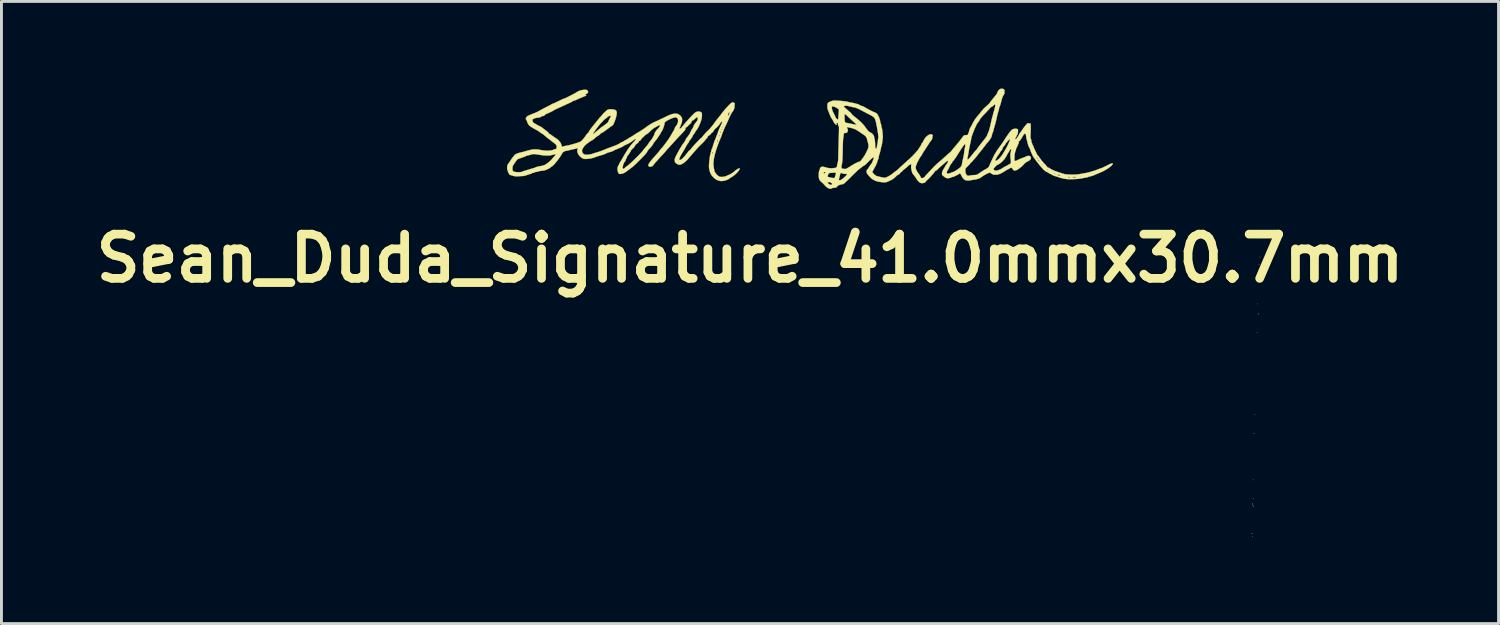
<source format=kicad_pcb>
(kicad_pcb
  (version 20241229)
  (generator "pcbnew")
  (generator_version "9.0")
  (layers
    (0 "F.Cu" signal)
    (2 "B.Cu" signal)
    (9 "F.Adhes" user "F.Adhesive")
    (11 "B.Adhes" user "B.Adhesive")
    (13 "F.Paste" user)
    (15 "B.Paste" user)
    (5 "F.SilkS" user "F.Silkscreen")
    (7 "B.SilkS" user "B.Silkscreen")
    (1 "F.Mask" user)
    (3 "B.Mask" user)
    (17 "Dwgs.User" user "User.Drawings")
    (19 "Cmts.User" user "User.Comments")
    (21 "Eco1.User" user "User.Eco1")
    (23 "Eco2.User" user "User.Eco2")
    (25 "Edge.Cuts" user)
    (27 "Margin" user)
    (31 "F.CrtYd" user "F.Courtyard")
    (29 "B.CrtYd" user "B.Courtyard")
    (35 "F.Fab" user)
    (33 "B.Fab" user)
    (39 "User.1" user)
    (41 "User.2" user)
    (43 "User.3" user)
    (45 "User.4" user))
  (footprint "Sean_Duda_Signature_41.0mmx30.7mm"
    (layer "F.Cu")
    (at 22.795 2.043)
    (property "Reference" "Sean_Duda_Signature_41.0mmx30.7mm" (at 0 3.81 180) (layer "F.SilkS") (effects (font (size 1.524 1.524) (thickness 0.3))))
    (attr through_hole)
    (fp_poly (pts (xy 17.323 13.386) (xy 17.318 13.391) (xy 17.313 13.386) (xy 17.318 13.381) (xy 17.323 13.386)) (stroke (width 0.01) (type solid)) (fill yes) (layer "F.SilkS"))
    (fp_poly (pts (xy 17.343 11.445) (xy 17.338 11.45) (xy 17.333 11.445) (xy 17.338 11.44) (xy 17.343 11.445)) (stroke (width 0.01) (type solid)) (fill yes) (layer "F.SilkS"))
    (fp_poly (pts (xy 17.343 12.085) (xy 17.338 12.09) (xy 17.333 12.085) (xy 17.338 12.08) (xy 17.343 12.085)) (stroke (width 0.01) (type solid)) (fill yes) (layer "F.SilkS"))
    (fp_poly (pts (xy 17.404 9.2) (xy 17.399 9.205) (xy 17.394 9.2) (xy 17.399 9.195) (xy 17.404 9.2)) (stroke (width 0.01) (type solid)) (fill yes) (layer "F.SilkS"))
    (fp_poly (pts (xy 17.475 6.375) (xy 17.47 6.38) (xy 17.465 6.375) (xy 17.47 6.37) (xy 17.475 6.375)) (stroke (width 0.01) (type solid)) (fill yes) (layer "F.SilkS"))
    (fp_poly (pts (xy 17.485 5.38) (xy 17.48 5.385) (xy 17.475 5.38) (xy 17.48 5.375) (xy 17.485 5.38)) (stroke (width 0.01) (type solid)) (fill yes) (layer "F.SilkS"))
    (fp_poly (pts (xy 17.567 3.764) (xy 17.562 3.769) (xy 17.556 3.764) (xy 17.562 3.759) (xy 17.567 3.764)) (stroke (width 0.01) (type solid)) (fill yes) (layer "F.SilkS"))
    (fp_poly (pts (xy 17.299 13.277) (xy 17.3 13.293) (xy 17.298 13.297) (xy 17.294 13.294) (xy 17.293 13.283) (xy 17.296 13.273) (xy 17.299 13.277)) (stroke (width 0.01) (type solid)) (fill yes) (layer "F.SilkS"))
    (fp_poly (pts (xy 17.37 9.838) (xy 17.371 9.85) (xy 17.37 9.852) (xy 17.364 9.85) (xy 17.363 9.845) (xy 17.367 9.837) (xy 17.37 9.838)) (stroke (width 0.01) (type solid)) (fill yes) (layer "F.SilkS"))
    (fp_poly (pts (xy 17.513 5.718) (xy 17.514 5.734) (xy 17.512 5.738) (xy 17.507 5.735) (xy 17.506 5.724) (xy 17.509 5.713) (xy 17.513 5.718)) (stroke (width 0.01) (type solid)) (fill yes) (layer "F.SilkS"))
    (fp_poly (pts (xy 17.543 4.017) (xy 17.544 4.029) (xy 17.543 4.03) (xy 17.537 4.029) (xy 17.536 4.023) (xy 17.54 4.015) (xy 17.543 4.017)) (stroke (width 0.01) (type solid)) (fill yes) (layer "F.SilkS"))
    (fp_poly (pts (xy 17.319 12.269) (xy 17.318 12.273) (xy 17.309 12.283) (xy 17.307 12.283) (xy 17.303 12.276) (xy 17.302 12.273) (xy 17.31 12.264) (xy 17.313 12.263) (xy 17.319 12.269)) (stroke (width 0.01) (type solid)) (fill yes) (layer "F.SilkS"))
    (fp_poly (pts (xy 17.343 12.342) (xy 17.343 12.344) (xy 17.34 12.354) (xy 17.339 12.355) (xy 17.33 12.347) (xy 17.328 12.344) (xy 17.329 12.335) (xy 17.332 12.334) (xy 17.343 12.342)) (stroke (width 0.01) (type solid)) (fill yes) (layer "F.SilkS"))
    (fp_poly (pts (xy -0.359 0.739) (xy -0.377 0.77) (xy -0.404 0.807) (xy -0.439 0.847) (xy -0.479 0.888) (xy -0.523 0.929) (xy -0.569 0.965) (xy -0.589 0.98) (xy -0.622 1.001) (xy -0.649 1.018) (xy -0.665 1.026) (xy -0.667 1.026) (xy -0.681 1.033) (xy -0.697 1.048) (xy -0.728 1.072) (xy -0.773 1.096) (xy -0.827 1.118) (xy -0.885 1.134) (xy -0.941 1.143) (xy -0.944 1.144) (xy -0.989 1.146) (xy -1.028 1.143) (xy -1.068 1.134) (xy -1.114 1.117) (xy -1.166 1.094) (xy -1.196 1.075) (xy -1.232 1.045) (xy -1.27 1.008) (xy -1.305 0.969) (xy -1.333 0.933) (xy -1.34 0.922) (xy -1.37 0.858) (xy -1.394 0.784) (xy -1.41 0.708) (xy -1.415 0.65) (xy -1.415 0.615) (xy -1.412 0.566) (xy -1.407 0.509) (xy -1.401 0.448) (xy -1.394 0.388) (xy -1.387 0.332) (xy -1.381 0.287) (xy -1.374 0.256) (xy -1.373 0.249) (xy -1.366 0.229) (xy -1.359 0.204) (xy -1.351 0.17) (xy -1.339 0.123) (xy -1.33 0.086) (xy -1.321 0.054) (xy -1.31 0.028) (xy -1.306 0.021) (xy -1.306 0.295) (xy -1.311 0.3) (xy -1.306 0.305) (xy -1.3 0.3) (xy -1.306 0.295) (xy -1.306 0.021) (xy -1.305 0.02) (xy -1.296 0.002) (xy -1.287 -0.025) (xy -1.287 0.146) (xy -1.29 0.147) (xy -1.298 0.16) (xy -1.3 0.18) (xy -1.297 0.197) (xy -1.29 0.203) (xy -1.278 0.195) (xy -1.274 0.188) (xy -1.271 0.168) (xy -1.277 0.152) (xy -1.287 0.146) (xy -1.287 -0.025) (xy -1.286 -0.028) (xy -1.28 -0.051) (xy -1.272 -0.085) (xy -1.264 -0.112) (xy -1.26 -0.122) (xy -1.254 -0.139) (xy -1.244 -0.169) (xy -1.234 -0.198) (xy -1.222 -0.234) (xy -1.209 -0.263) (xy -1.2 -0.277) (xy -1.187 -0.302) (xy -1.184 -0.318) (xy -1.179 -0.339) (xy -1.168 -0.37) (xy -1.157 -0.396) (xy -1.138 -0.439) (xy -1.127 -0.471) (xy -1.127 -0.264) (xy -1.137 -0.256) (xy -1.141 -0.238) (xy -1.138 -0.221) (xy -1.136 -0.219) (xy -1.123 -0.216) (xy -1.116 -0.221) (xy -1.11 -0.237) (xy -1.114 -0.255) (xy -1.126 -0.264) (xy -1.127 -0.264) (xy -1.127 -0.471) (xy -1.12 -0.488) (xy -1.112 -0.513) (xy -1.098 -0.557) (xy -1.081 -0.602) (xy -1.071 -0.625) (xy -1.063 -0.642) (xy -1.063 -0.432) (xy -1.075 -0.425) (xy -1.077 -0.417) (xy -1.07 -0.403) (xy -1.068 -0.402) (xy -1.055 -0.402) (xy -1.049 -0.415) (xy -1.052 -0.427) (xy -1.063 -0.432) (xy -1.063 -0.642) (xy -1.038 -0.7) (xy -1.01 -0.76) (xy -1.01 -0.559) (xy -1.01 -0.559) (xy -1.026 -0.551) (xy -1.031 -0.531) (xy -1.029 -0.52) (xy -1.021 -0.513) (xy -1.01 -0.519) (xy -0.998 -0.536) (xy -0.998 -0.552) (xy -1.01 -0.559) (xy -1.01 -0.76) (xy -1.009 -0.762) (xy -0.991 -0.802) (xy -0.991 -0.637) (xy -1.003 -0.628) (xy -1.006 -0.619) (xy -0.998 -0.61) (xy -0.996 -0.61) (xy -0.983 -0.616) (xy -0.977 -0.63) (xy -0.979 -0.637) (xy -0.991 -0.637) (xy -0.991 -0.802) (xy -0.987 -0.81) (xy -0.972 -0.843) (xy -0.965 -0.856) (xy -0.958 -0.873) (xy -0.958 -0.687) (xy -0.964 -0.686) (xy -0.965 -0.681) (xy -0.961 -0.672) (xy -0.958 -0.674) (xy -0.957 -0.686) (xy -0.958 -0.687) (xy -0.958 -0.873) (xy -0.956 -0.88) (xy -0.957 -0.898) (xy -0.966 -0.904) (xy -0.978 -0.897) (xy -0.997 -0.88) (xy -1.019 -0.858) (xy -1.037 -0.837) (xy -1.046 -0.823) (xy -1.046 -0.821) (xy -1.053 -0.807) (xy -1.071 -0.783) (xy -1.097 -0.754) (xy -1.125 -0.723) (xy -1.154 -0.694) (xy -1.179 -0.673) (xy -1.189 -0.665) (xy -1.213 -0.647) (xy -1.228 -0.631) (xy -1.229 -0.626) (xy -1.236 -0.61) (xy -1.252 -0.585) (xy -1.273 -0.557) (xy -1.296 -0.532) (xy -1.316 -0.514) (xy -1.327 -0.508) (xy -1.341 -0.499) (xy -1.352 -0.479) (xy -1.353 -0.478) (xy -1.367 -0.454) (xy -1.385 -0.441) (xy -1.418 -0.425) (xy -1.446 -0.403) (xy -1.461 -0.379) (xy -1.463 -0.369) (xy -1.472 -0.345) (xy -1.489 -0.329) (xy -1.513 -0.307) (xy -1.53 -0.283) (xy -1.543 -0.265) (xy -1.567 -0.237) (xy -1.6 -0.202) (xy -1.639 -0.162) (xy -1.659 -0.142) (xy -1.7 -0.103) (xy -1.736 -0.067) (xy -1.765 -0.039) (xy -1.783 -0.02) (xy -1.788 -0.015) (xy -1.857 0.063) (xy -1.922 0.137) (xy -1.981 0.204) (xy -2.033 0.264) (xy -2.076 0.313) (xy -2.109 0.352) (xy -2.13 0.377) (xy -2.134 0.381) (xy -2.181 0.434) (xy -2.235 0.483) (xy -2.292 0.526) (xy -2.347 0.559) (xy -2.395 0.579) (xy -2.396 0.579) (xy -2.424 0.585) (xy -2.447 0.584) (xy -2.473 0.575) (xy -2.493 0.566) (xy -2.541 0.539) (xy -2.572 0.512) (xy -2.589 0.48) (xy -2.595 0.439) (xy -2.595 0.427) (xy -2.593 0.399) (xy -2.588 0.371) (xy -2.578 0.34) (xy -2.561 0.302) (xy -2.537 0.255) (xy -2.504 0.194) (xy -2.498 0.183) (xy -2.474 0.139) (xy -2.449 0.093) (xy -2.428 0.055) (xy -2.426 0.051) (xy -2.408 0.019) (xy -2.391 -0.008) (xy -2.382 -0.021) (xy -2.37 -0.037) (xy -2.367 -0.045) (xy -2.361 -0.057) (xy -2.346 -0.082) (xy -2.322 -0.116) (xy -2.293 -0.156) (xy -2.261 -0.199) (xy -2.253 -0.21) (xy -2.233 -0.243) (xy -2.217 -0.277) (xy -2.215 -0.285) (xy -2.204 -0.313) (xy -2.19 -0.334) (xy -2.188 -0.337) (xy -2.168 -0.357) (xy -2.143 -0.388) (xy -2.117 -0.426) (xy -2.091 -0.465) (xy -2.07 -0.501) (xy -2.056 -0.529) (xy -2.052 -0.543) (xy -2.045 -0.56) (xy -2.037 -0.569) (xy -2.024 -0.588) (xy -2.022 -0.599) (xy -2.015 -0.62) (xy -2.006 -0.631) (xy -1.991 -0.649) (xy -1.973 -0.678) (xy -1.956 -0.712) (xy -1.944 -0.741) (xy -1.941 -0.758) (xy -1.935 -0.773) (xy -1.919 -0.8) (xy -1.896 -0.833) (xy -1.881 -0.853) (xy -1.848 -0.896) (xy -1.825 -0.928) (xy -1.811 -0.953) (xy -1.804 -0.974) (xy -1.801 -0.996) (xy -1.801 -1.014) (xy -1.802 -1.041) (xy -1.807 -1.053) (xy -1.819 -1.054) (xy -1.828 -1.052) (xy -1.848 -1.042) (xy -1.876 -1.021) (xy -1.905 -0.993) (xy -1.907 -0.992) (xy -1.944 -0.958) (xy -1.971 -0.941) (xy -1.982 -0.939) (xy -2 -0.935) (xy -2.01 -0.917) (xy -2.012 -0.908) (xy -2.03 -0.864) (xy -2.066 -0.821) (xy -2.094 -0.798) (xy -2.12 -0.776) (xy -2.14 -0.753) (xy -2.144 -0.747) (xy -2.16 -0.729) (xy -2.187 -0.711) (xy -2.195 -0.707) (xy -2.224 -0.69) (xy -2.235 -0.673) (xy -2.228 -0.658) (xy -2.225 -0.655) (xy -2.222 -0.647) (xy -2.229 -0.63) (xy -2.247 -0.605) (xy -2.278 -0.569) (xy -2.322 -0.521) (xy -2.356 -0.484) (xy -2.422 -0.416) (xy -2.478 -0.356) (xy -2.53 -0.301) (xy -2.581 -0.244) (xy -2.638 -0.181) (xy -2.682 -0.132) (xy -2.722 -0.088) (xy -2.758 -0.048) (xy -2.788 -0.015) (xy -2.81 0.007) (xy -2.818 0.015) (xy -2.834 0.032) (xy -2.859 0.06) (xy -2.887 0.094) (xy -2.897 0.107) (xy -2.926 0.141) (xy -2.964 0.184) (xy -3.008 0.232) (xy -3.052 0.279) (xy -3.062 0.289) (xy -3.099 0.327) (xy -3.131 0.361) (xy -3.155 0.387) (xy -3.168 0.403) (xy -3.17 0.406) (xy -3.177 0.416) (xy -3.194 0.435) (xy -3.217 0.458) (xy -3.246 0.488) (xy -3.273 0.52) (xy -3.287 0.538) (xy -3.32 0.585) (xy -3.348 0.616) (xy -3.374 0.636) (xy -3.402 0.647) (xy -3.419 0.65) (xy -3.451 0.653) (xy -3.471 0.65) (xy -3.486 0.639) (xy -3.501 0.614) (xy -3.505 0.594) (xy -3.499 0.575) (xy -3.482 0.543) (xy -3.456 0.504) (xy -3.425 0.461) (xy -3.391 0.418) (xy -3.357 0.378) (xy -3.35 0.371) (xy -3.32 0.339) (xy -3.286 0.3) (xy -3.248 0.258) (xy -3.21 0.214) (xy -3.174 0.172) (xy -3.143 0.135) (xy -3.118 0.105) (xy -3.103 0.085) (xy -3.099 0.078) (xy -3.092 0.067) (xy -3.075 0.045) (xy -3.051 0.019) (xy -3.049 0.017) (xy -3.016 -0.019) (xy -2.981 -0.062) (xy -2.95 -0.102) (xy -2.923 -0.138) (xy -2.898 -0.172) (xy -2.88 -0.196) (xy -2.878 -0.199) (xy -2.85 -0.237) (xy -2.817 -0.285) (xy -2.782 -0.337) (xy -2.749 -0.389) (xy -2.721 -0.435) (xy -2.7 -0.471) (xy -2.697 -0.478) (xy -2.68 -0.51) (xy -2.664 -0.537) (xy -2.656 -0.549) (xy -2.64 -0.572) (xy -2.623 -0.603) (xy -2.607 -0.636) (xy -2.595 -0.665) (xy -2.591 -0.681) (xy -2.585 -0.697) (xy -2.569 -0.723) (xy -2.546 -0.753) (xy -2.51 -0.808) (xy -2.487 -0.865) (xy -2.478 -0.921) (xy -2.482 -0.973) (xy -2.501 -1.017) (xy -2.514 -1.032) (xy -2.543 -1.047) (xy -2.586 -1.048) (xy -2.643 -1.035) (xy -2.715 -1.008) (xy -2.784 -0.977) (xy -2.849 -0.942) (xy -2.897 -0.912) (xy -2.928 -0.884) (xy -2.944 -0.859) (xy -2.946 -0.843) (xy -2.95 -0.807) (xy -2.962 -0.762) (xy -2.978 -0.711) (xy -2.998 -0.659) (xy -3.019 -0.61) (xy -3.04 -0.57) (xy -3.059 -0.542) (xy -3.069 -0.533) (xy -3.078 -0.519) (xy -3.078 -0.512) (xy -3.084 -0.493) (xy -3.099 -0.47) (xy -3.099 -0.469) (xy -3.114 -0.449) (xy -3.136 -0.417) (xy -3.162 -0.378) (xy -3.176 -0.356) (xy -3.205 -0.313) (xy -3.237 -0.27) (xy -3.266 -0.234) (xy -3.276 -0.223) (xy -3.3 -0.194) (xy -3.32 -0.167) (xy -3.328 -0.152) (xy -3.34 -0.126) (xy -3.364 -0.09) (xy -3.396 -0.049) (xy -3.433 -0.006) (xy -3.47 0.034) (xy -3.474 0.037) (xy -3.504 0.071) (xy -3.531 0.109) (xy -3.546 0.137) (xy -3.555 0.155) (xy -3.571 0.177) (xy -3.593 0.205) (xy -3.625 0.241) (xy -3.667 0.285) (xy -3.72 0.34) (xy -3.786 0.408) (xy -3.793 0.414) (xy -3.85 0.471) (xy -3.906 0.526) (xy -3.956 0.574) (xy -4 0.615) (xy -4.035 0.647) (xy -4.058 0.666) (xy -4.064 0.671) (xy -4.094 0.692) (xy -4.121 0.712) (xy -4.13 0.72) (xy -4.154 0.739) (xy -4.181 0.758) (xy -4.208 0.776) (xy -4.239 0.801) (xy -4.248 0.808) (xy -4.302 0.847) (xy -4.366 0.878) (xy -4.43 0.897) (xy -4.45 0.9) (xy -4.486 0.902) (xy -4.511 0.896) (xy -4.529 0.879) (xy -4.545 0.847) (xy -4.556 0.813) (xy -4.568 0.751) (xy -4.565 0.69) (xy -4.548 0.636) (xy -4.537 0.617) (xy -4.52 0.588) (xy -4.509 0.561) (xy -4.508 0.557) (xy -4.499 0.535) (xy -4.481 0.504) (xy -4.463 0.476) (xy -4.438 0.438) (xy -4.411 0.392) (xy -4.39 0.354) (xy -4.365 0.309) (xy -4.334 0.256) (xy -4.301 0.2) (xy -4.268 0.145) (xy -4.236 0.094) (xy -4.208 0.051) (xy -4.186 0.019) (xy -4.176 0.006) (xy -4.152 -0.025) (xy -4.13 -0.056) (xy -4.129 -0.058) (xy -4.114 -0.079) (xy -4.089 -0.11) (xy -4.057 -0.147) (xy -4.021 -0.186) (xy -4.02 -0.187) (xy -3.987 -0.224) (xy -3.959 -0.256) (xy -3.94 -0.28) (xy -3.932 -0.293) (xy -3.932 -0.294) (xy -3.939 -0.305) (xy -3.957 -0.302) (xy -3.985 -0.287) (xy -4.018 -0.261) (xy -4.104 -0.196) (xy -4.202 -0.14) (xy -4.24 -0.123) (xy -4.273 -0.108) (xy -4.299 -0.097) (xy -4.313 -0.092) (xy -4.313 -0.091) (xy -4.324 -0.086) (xy -4.345 -0.072) (xy -4.368 -0.057) (xy -4.403 -0.036) (xy -4.448 -0.013) (xy -4.493 0.005) (xy -4.495 0.006) (xy -4.532 0.02) (xy -4.561 0.032) (xy -4.577 0.041) (xy -4.578 0.042) (xy -4.591 0.049) (xy -4.604 0.051) (xy -4.624 0.056) (xy -4.652 0.07) (xy -4.667 0.08) (xy -4.722 0.11) (xy -4.789 0.136) (xy -4.85 0.152) (xy -4.885 0.162) (xy -4.919 0.175) (xy -4.921 0.176) (xy -4.959 0.194) (xy -5 0.212) (xy -5.037 0.228) (xy -5.067 0.239) (xy -5.083 0.244) (xy -5.084 0.244) (xy -5.098 0.247) (xy -5.127 0.255) (xy -5.166 0.266) (xy -5.21 0.28) (xy -5.255 0.294) (xy -5.295 0.307) (xy -5.327 0.318) (xy -5.345 0.325) (xy -5.346 0.326) (xy -5.38 0.339) (xy -5.428 0.352) (xy -5.484 0.365) (xy -5.544 0.375) (xy -5.6 0.382) (xy -5.618 0.383) (xy -5.667 0.385) (xy -5.701 0.384) (xy -5.727 0.379) (xy -5.753 0.371) (xy -5.765 0.365) (xy -5.823 0.33) (xy -5.876 0.28) (xy -5.916 0.223) (xy -5.932 0.19) (xy -5.947 0.144) (xy -5.953 0.108) (xy -5.95 0.076) (xy -5.942 0.052) (xy -5.936 0.025) (xy -5.941 0.013) (xy -5.96 0.015) (xy -5.976 0.02) (xy -5.995 0.027) (xy -6.017 0.033) (xy -6.045 0.04) (xy -6.085 0.049) (xy -6.139 0.06) (xy -6.147 0.061) (xy -6.189 0.071) (xy -6.233 0.082) (xy -6.25 0.087) (xy -6.284 0.096) (xy -6.314 0.101) (xy -6.323 0.102) (xy -6.357 0.108) (xy -6.396 0.123) (xy -6.433 0.145) (xy -6.461 0.169) (xy -6.473 0.187) (xy -6.492 0.226) (xy -6.521 0.274) (xy -6.558 0.329) (xy -6.599 0.387) (xy -6.643 0.445) (xy -6.688 0.501) (xy -6.73 0.551) (xy -6.769 0.593) (xy -6.8 0.623) (xy -6.818 0.635) (xy -6.841 0.65) (xy -6.871 0.672) (xy -6.886 0.684) (xy -6.934 0.716) (xy -6.994 0.746) (xy -7.059 0.77) (xy -7.12 0.786) (xy -7.147 0.789) (xy -7.193 0.793) (xy -7.238 0.8) (xy -7.278 0.808) (xy -7.307 0.817) (xy -7.321 0.824) (xy -7.321 0.825) (xy -7.334 0.829) (xy -7.351 0.827) (xy -7.382 0.829) (xy -7.41 0.842) (xy -7.443 0.857) (xy -7.478 0.864) (xy -7.481 0.864) (xy -7.508 0.867) (xy -7.518 0.877) (xy -7.518 0.879) (xy -7.527 0.891) (xy -7.541 0.894) (xy -7.56 0.897) (xy -7.593 0.907) (xy -7.634 0.92) (xy -7.666 0.931) (xy -7.712 0.947) (xy -7.755 0.96) (xy -7.789 0.968) (xy -7.803 0.97) (xy -7.827 0.971) (xy -7.866 0.974) (xy -7.914 0.977) (xy -7.957 0.98) (xy -8.011 0.983) (xy -8.053 0.984) (xy -8.088 0.981) (xy -8.123 0.975) (xy -8.165 0.965) (xy -8.228 0.948) (xy -8.271 0.931) (xy -8.295 0.916) (xy -8.301 0.903) (xy -8.307 0.888) (xy -8.321 0.867) (xy -8.321 0.866) (xy -8.336 0.839) (xy -8.342 0.814) (xy -8.348 0.785) (xy -8.357 0.768) (xy -8.366 0.743) (xy -8.37 0.705) (xy -8.369 0.661) (xy -8.362 0.616) (xy -8.36 0.608) (xy -8.347 0.577) (xy -8.326 0.543) (xy -8.317 0.532) (xy -8.295 0.502) (xy -8.268 0.464) (xy -8.247 0.43) (xy -8.223 0.393) (xy -8.199 0.359) (xy -8.181 0.337) (xy -8.156 0.307) (xy -8.134 0.275) (xy -8.133 0.273) (xy -8.102 0.239) (xy -8.051 0.209) (xy -7.981 0.182) (xy -7.906 0.162) (xy -7.85 0.149) (xy -7.786 0.132) (xy -7.729 0.116) (xy -7.717 0.112) (xy -7.609 0.082) (xy -7.515 0.062) (xy -7.46 0.056) (xy -7.46 0.216) (xy -7.486 0.218) (xy -7.51 0.222) (xy -7.535 0.229) (xy -7.561 0.237) (xy -7.602 0.249) (xy -7.636 0.259) (xy -7.659 0.264) (xy -7.664 0.264) (xy -7.688 0.269) (xy -7.699 0.274) (xy -7.726 0.287) (xy -7.768 0.305) (xy -7.82 0.324) (xy -7.877 0.345) (xy -7.925 0.361) (xy -7.967 0.375) (xy -7.996 0.387) (xy -8.017 0.402) (xy -8.036 0.423) (xy -8.058 0.451) (xy -8.093 0.499) (xy -8.125 0.546) (xy -8.152 0.589) (xy -8.172 0.624) (xy -8.182 0.646) (xy -8.182 0.646) (xy -8.187 0.684) (xy -8.187 0.726) (xy -8.182 0.766) (xy -8.174 0.791) (xy -8.163 0.807) (xy -8.147 0.818) (xy -8.12 0.826) (xy -8.091 0.832) (xy -8.048 0.838) (xy -8 0.84) (xy -7.951 0.84) (xy -7.906 0.837) (xy -7.871 0.832) (xy -7.85 0.824) (xy -7.85 0.824) (xy -7.843 0.819) (xy -7.831 0.814) (xy -7.812 0.807) (xy -7.783 0.798) (xy -7.742 0.785) (xy -7.685 0.768) (xy -7.64 0.755) (xy -7.605 0.745) (xy -7.574 0.735) (xy -7.561 0.73) (xy -7.536 0.722) (xy -7.503 0.714) (xy -7.49 0.711) (xy -7.452 0.7) (xy -7.409 0.684) (xy -7.39 0.675) (xy -7.349 0.659) (xy -7.301 0.646) (xy -7.273 0.64) (xy -7.193 0.626) (xy -7.131 0.611) (xy -7.084 0.595) (xy -7.048 0.577) (xy -7.046 0.576) (xy -6.996 0.541) (xy -6.945 0.503) (xy -6.9 0.466) (xy -6.864 0.432) (xy -6.84 0.407) (xy -6.794 0.35) (xy -6.736 0.285) (xy -6.723 0.272) (xy -6.701 0.244) (xy -6.696 0.227) (xy -6.707 0.221) (xy -6.728 0.224) (xy -6.792 0.24) (xy -6.84 0.251) (xy -6.874 0.259) (xy -6.9 0.263) (xy -6.919 0.265) (xy -6.921 0.265) (xy -7.035 0.266) (xy -7.142 0.258) (xy -7.198 0.25) (xy -7.279 0.237) (xy -7.342 0.227) (xy -7.391 0.221) (xy -7.43 0.217) (xy -7.46 0.216) (xy -7.46 0.056) (xy -7.432 0.052) (xy -7.357 0.053) (xy -7.285 0.062) (xy -7.273 0.065) (xy -7.17 0.084) (xy -7.07 0.096) (xy -6.977 0.1) (xy -6.893 0.096) (xy -6.822 0.084) (xy -6.772 0.067) (xy -6.742 0.054) (xy -6.716 0.046) (xy -6.688 0.038) (xy -6.672 0.026) (xy -6.664 0.005) (xy -6.663 -0.029) (xy -6.663 -0.053) (xy -6.668 -0.077) (xy -6.681 -0.101) (xy -6.704 -0.127) (xy -6.741 -0.158) (xy -6.79 -0.194) (xy -6.823 -0.219) (xy -6.853 -0.244) (xy -6.87 -0.258) (xy -6.889 -0.275) (xy -6.902 -0.284) (xy -6.904 -0.284) (xy -6.915 -0.29) (xy -6.936 -0.305) (xy -6.943 -0.311) (xy -6.971 -0.334) (xy -7.004 -0.361) (xy -7.014 -0.369) (xy -7.046 -0.396) (xy -7.082 -0.426) (xy -7.095 -0.438) (xy -7.127 -0.463) (xy -7.159 -0.485) (xy -7.173 -0.493) (xy -7.203 -0.511) (xy -7.236 -0.535) (xy -7.249 -0.546) (xy -7.274 -0.564) (xy -7.311 -0.588) (xy -7.358 -0.615) (xy -7.408 -0.642) (xy -7.415 -0.646) (xy -7.47 -0.676) (xy -7.521 -0.707) (xy -7.565 -0.737) (xy -7.6 -0.764) (xy -7.623 -0.786) (xy -7.63 -0.8) (xy -7.636 -0.812) (xy -7.648 -0.827) (xy -7.662 -0.85) (xy -7.675 -0.882) (xy -7.679 -0.898) (xy -7.69 -0.93) (xy -7.702 -0.954) (xy -7.708 -0.96) (xy -7.724 -0.983) (xy -7.724 -1.013) (xy -7.71 -1.047) (xy -7.691 -1.072) (xy -7.668 -1.093) (xy -7.649 -1.106) (xy -7.643 -1.107) (xy -7.627 -1.112) (xy -7.6 -1.123) (xy -7.58 -1.133) (xy -7.542 -1.15) (xy -7.497 -1.168) (xy -7.466 -1.18) (xy -7.43 -1.193) (xy -7.398 -1.206) (xy -7.381 -1.215) (xy -7.354 -1.228) (xy -7.338 -1.234) (xy -7.318 -1.243) (xy -7.287 -1.259) (xy -7.252 -1.279) (xy -7.249 -1.281) (xy -7.217 -1.299) (xy -7.171 -1.324) (xy -7.117 -1.353) (xy -7.06 -1.382) (xy -7.028 -1.398) (xy -6.976 -1.424) (xy -6.929 -1.448) (xy -6.892 -1.468) (xy -6.867 -1.482) (xy -6.858 -1.488) (xy -6.841 -1.498) (xy -6.811 -1.512) (xy -6.782 -1.523) (xy -6.751 -1.536) (xy -6.708 -1.556) (xy -6.655 -1.58) (xy -6.599 -1.607) (xy -6.571 -1.622) (xy -6.519 -1.647) (xy -6.473 -1.668) (xy -6.435 -1.685) (xy -6.41 -1.695) (xy -6.401 -1.697) (xy -6.385 -1.701) (xy -6.355 -1.714) (xy -6.316 -1.732) (xy -6.272 -1.755) (xy -6.22 -1.781) (xy -6.167 -1.809) (xy -6.119 -1.833) (xy -6.091 -1.847) (xy -6.051 -1.868) (xy -6.013 -1.89) (xy -5.985 -1.909) (xy -5.984 -1.909) (xy -5.925 -1.945) (xy -5.852 -1.974) (xy -5.78 -1.991) (xy -5.72 -1.999) (xy -5.675 -2.001) (xy -5.641 -1.997) (xy -5.617 -1.986) (xy -5.605 -1.977) (xy -5.583 -1.946) (xy -5.58 -1.916) (xy -5.596 -1.887) (xy -5.629 -1.863) (xy -5.651 -1.854) (xy -5.674 -1.842) (xy -5.679 -1.83) (xy -5.665 -1.82) (xy -5.658 -1.818) (xy -5.635 -1.813) (xy -5.661 -1.796) (xy -5.682 -1.785) (xy -5.717 -1.769) (xy -5.757 -1.753) (xy -5.772 -1.747) (xy -5.822 -1.727) (xy -5.879 -1.702) (xy -5.935 -1.678) (xy -5.951 -1.67) (xy -5.992 -1.651) (xy -6.028 -1.636) (xy -6.054 -1.627) (xy -6.063 -1.626) (xy -6.083 -1.62) (xy -6.109 -1.605) (xy -6.116 -1.601) (xy -6.139 -1.586) (xy -6.176 -1.567) (xy -6.22 -1.546) (xy -6.247 -1.533) (xy -6.302 -1.509) (xy -6.363 -1.481) (xy -6.42 -1.455) (xy -6.436 -1.447) (xy -6.49 -1.422) (xy -6.551 -1.394) (xy -6.609 -1.369) (xy -6.623 -1.362) (xy -6.67 -1.341) (xy -6.718 -1.317) (xy -6.757 -1.296) (xy -6.77 -1.288) (xy -6.796 -1.272) (xy -6.82 -1.258) (xy -6.847 -1.244) (xy -6.88 -1.229) (xy -6.923 -1.209) (xy -6.981 -1.184) (xy -6.983 -1.183) (xy -7.032 -1.161) (xy -7.063 -1.143) (xy -7.079 -1.127) (xy -7.082 -1.121) (xy -7.096 -1.103) (xy -7.121 -1.097) (xy -7.162 -1.092) (xy -7.198 -1.078) (xy -7.221 -1.06) (xy -7.236 -1.049) (xy -7.266 -1.043) (xy -7.307 -1.039) (xy -7.356 -1.033) (xy -7.402 -1.022) (xy -7.443 -1.007) (xy -7.476 -0.989) (xy -7.498 -0.971) (xy -7.505 -0.953) (xy -7.5 -0.942) (xy -7.49 -0.923) (xy -7.488 -0.908) (xy -7.48 -0.888) (xy -7.461 -0.864) (xy -7.438 -0.844) (xy -7.416 -0.833) (xy -7.412 -0.833) (xy -7.397 -0.828) (xy -7.373 -0.813) (xy -7.36 -0.804) (xy -7.329 -0.785) (xy -7.288 -0.763) (xy -7.254 -0.747) (xy -7.217 -0.729) (xy -7.183 -0.709) (xy -7.163 -0.695) (xy -7.141 -0.676) (xy -7.11 -0.652) (xy -7.085 -0.633) (xy -7.049 -0.606) (xy -7.012 -0.579) (xy -6.991 -0.564) (xy -6.967 -0.543) (xy -6.952 -0.523) (xy -6.95 -0.515) (xy -6.941 -0.499) (xy -6.923 -0.487) (xy -6.895 -0.473) (xy -6.87 -0.457) (xy -6.844 -0.437) (xy -6.822 -0.421) (xy -6.795 -0.401) (xy -6.761 -0.377) (xy -6.725 -0.353) (xy -6.692 -0.331) (xy -6.667 -0.315) (xy -6.655 -0.308) (xy -6.637 -0.295) (xy -6.611 -0.271) (xy -6.582 -0.24) (xy -6.555 -0.207) (xy -6.532 -0.177) (xy -6.524 -0.163) (xy -6.509 -0.128) (xy -6.498 -0.094) (xy -6.497 -0.091) (xy -6.488 -0.057) (xy -6.476 -0.04) (xy -6.456 -0.039) (xy -6.433 -0.047) (xy -6.406 -0.056) (xy -6.365 -0.065) (xy -6.32 -0.074) (xy -6.304 -0.076) (xy -6.259 -0.085) (xy -6.199 -0.099) (xy -6.131 -0.117) (xy -6.058 -0.138) (xy -5.985 -0.16) (xy -5.919 -0.182) (xy -5.866 -0.201) (xy -5.838 -0.215) (xy -5.81 -0.236) (xy -5.779 -0.266) (xy -5.748 -0.301) (xy -5.717 -0.34) (xy -5.688 -0.378) (xy -5.667 -0.409) (xy -5.659 -0.422) (xy -5.639 -0.454) (xy -5.615 -0.481) (xy -5.608 -0.486) (xy -5.585 -0.509) (xy -5.562 -0.54) (xy -5.552 -0.557) (xy -5.53 -0.594) (xy -5.503 -0.634) (xy -5.491 -0.65) (xy -5.446 -0.708) (xy -5.41 -0.753) (xy -5.381 -0.79) (xy -5.355 -0.822) (xy -5.33 -0.852) (xy -5.313 -0.872) (xy -5.283 -0.91) (xy -5.253 -0.946) (xy -5.231 -0.976) (xy -5.227 -0.98) (xy -5.204 -1.01) (xy -5.173 -1.045) (xy -5.147 -1.072) (xy -5.119 -1.102) (xy -5.095 -1.13) (xy -5.081 -1.149) (xy -5.065 -1.169) (xy -5.039 -1.196) (xy -5.009 -1.224) (xy -5.009 -1.224) (xy -4.979 -1.251) (xy -4.952 -1.275) (xy -4.936 -1.291) (xy -4.936 -1.291) (xy -4.9 -1.314) (xy -4.849 -1.327) (xy -4.808 -1.328) (xy -4.808 -1.107) (xy -4.831 -1.103) (xy -4.861 -1.092) (xy -4.889 -1.077) (xy -4.908 -1.064) (xy -4.91 -1.061) (xy -4.922 -1.048) (xy -4.946 -1.029) (xy -4.977 -1.007) (xy -4.978 -1.006) (xy -5.012 -0.981) (xy -5.04 -0.957) (xy -5.057 -0.939) (xy -5.074 -0.918) (xy -5.1 -0.89) (xy -5.119 -0.871) (xy -5.156 -0.832) (xy -5.201 -0.778) (xy -5.252 -0.714) (xy -5.305 -0.642) (xy -5.359 -0.566) (xy -5.397 -0.509) (xy -5.412 -0.485) (xy -5.414 -0.472) (xy -5.405 -0.474) (xy -5.397 -0.479) (xy -5.361 -0.508) (xy -5.318 -0.543) (xy -5.274 -0.579) (xy -5.231 -0.615) (xy -5.195 -0.646) (xy -5.167 -0.669) (xy -5.156 -0.679) (xy -5.131 -0.702) (xy -5.106 -0.719) (xy -5.102 -0.721) (xy -5.084 -0.732) (xy -5.055 -0.752) (xy -5.018 -0.779) (xy -4.984 -0.804) (xy -4.941 -0.837) (xy -4.912 -0.862) (xy -4.894 -0.882) (xy -4.882 -0.902) (xy -4.876 -0.917) (xy -4.862 -0.953) (xy -4.842 -0.992) (xy -4.834 -1.006) (xy -4.812 -1.047) (xy -4.8 -1.079) (xy -4.799 -1.1) (xy -4.808 -1.107) (xy -4.808 -1.328) (xy -4.782 -1.329) (xy -4.762 -1.327) (xy -4.695 -1.319) (xy -4.647 -1.305) (xy -4.614 -1.282) (xy -4.597 -1.249) (xy -4.592 -1.203) (xy -4.597 -1.143) (xy -4.598 -1.139) (xy -4.612 -1.075) (xy -4.632 -1.003) (xy -4.657 -0.93) (xy -4.678 -0.879) (xy -4.691 -0.848) (xy -4.706 -0.814) (xy -4.708 -0.81) (xy -4.726 -0.781) (xy -4.748 -0.763) (xy -4.749 -0.762) (xy -4.77 -0.751) (xy -4.8 -0.731) (xy -4.83 -0.709) (xy -4.87 -0.678) (xy -4.915 -0.645) (xy -4.942 -0.625) (xy -4.98 -0.598) (xy -5.019 -0.569) (xy -5.044 -0.551) (xy -5.072 -0.533) (xy -5.095 -0.521) (xy -5.104 -0.518) (xy -5.118 -0.511) (xy -5.141 -0.494) (xy -5.168 -0.469) (xy -5.169 -0.467) (xy -5.197 -0.442) (xy -5.22 -0.424) (xy -5.235 -0.417) (xy -5.235 -0.417) (xy -5.252 -0.41) (xy -5.268 -0.396) (xy -5.285 -0.381) (xy -5.296 -0.376) (xy -5.307 -0.369) (xy -5.328 -0.352) (xy -5.354 -0.327) (xy -5.355 -0.326) (xy -5.386 -0.299) (xy -5.417 -0.275) (xy -5.438 -0.263) (xy -5.466 -0.249) (xy -5.505 -0.224) (xy -5.55 -0.192) (xy -5.599 -0.157) (xy -5.646 -0.12) (xy -5.667 -0.102) (xy -5.697 -0.072) (xy -5.728 -0.033) (xy -5.755 0.01) (xy -5.777 0.052) (xy -5.789 0.087) (xy -5.791 0.1) (xy -5.787 0.123) (xy -5.778 0.153) (xy -5.775 0.162) (xy -5.759 0.192) (xy -5.733 0.213) (xy -5.713 0.223) (xy -5.69 0.233) (xy -5.669 0.239) (xy -5.645 0.241) (xy -5.611 0.239) (xy -5.569 0.235) (xy -5.505 0.226) (xy -5.445 0.212) (xy -5.408 0.2) (xy -5.369 0.185) (xy -5.333 0.174) (xy -5.311 0.168) (xy -5.272 0.158) (xy -5.219 0.141) (xy -5.155 0.118) (xy -5.084 0.092) (xy -5.011 0.063) (xy -4.968 0.045) (xy -4.915 0.023) (xy -4.862 0.003) (xy -4.816 -0.014) (xy -4.782 -0.026) (xy -4.78 -0.026) (xy -4.744 -0.038) (xy -4.714 -0.05) (xy -4.699 -0.057) (xy -4.675 -0.068) (xy -4.659 -0.071) (xy -4.636 -0.077) (xy -4.61 -0.09) (xy -4.608 -0.091) (xy -4.583 -0.105) (xy -4.563 -0.112) (xy -4.561 -0.112) (xy -4.545 -0.118) (xy -4.519 -0.133) (xy -4.491 -0.152) (xy -4.46 -0.173) (xy -4.434 -0.188) (xy -4.419 -0.193) (xy -4.401 -0.198) (xy -4.374 -0.213) (xy -4.348 -0.229) (xy -4.32 -0.247) (xy -4.298 -0.26) (xy -4.289 -0.264) (xy -4.277 -0.269) (xy -4.254 -0.283) (xy -4.228 -0.299) (xy -4.188 -0.325) (xy -4.142 -0.352) (xy -4.118 -0.366) (xy -4.084 -0.386) (xy -4.04 -0.413) (xy -3.995 -0.443) (xy -3.973 -0.458) (xy -3.936 -0.483) (xy -3.905 -0.503) (xy -3.884 -0.515) (xy -3.878 -0.518) (xy -3.866 -0.524) (xy -3.84 -0.538) (xy -3.804 -0.56) (xy -3.762 -0.587) (xy -3.716 -0.617) (xy -3.671 -0.647) (xy -3.628 -0.675) (xy -3.593 -0.7) (xy -3.568 -0.719) (xy -3.56 -0.725) (xy -3.535 -0.746) (xy -3.516 -0.759) (xy -3.509 -0.762) (xy -3.496 -0.768) (xy -3.475 -0.783) (xy -3.464 -0.791) (xy -3.432 -0.813) (xy -3.385 -0.841) (xy -3.328 -0.87) (xy -3.265 -0.9) (xy -3.201 -0.928) (xy -3.195 -0.93) (xy -3.156 -0.947) (xy -3.126 -0.962) (xy -3.126 -0.781) (xy -3.149 -0.772) (xy -3.155 -0.769) (xy -3.173 -0.758) (xy -3.203 -0.741) (xy -3.241 -0.72) (xy -3.256 -0.712) (xy -3.297 -0.689) (xy -3.332 -0.666) (xy -3.366 -0.64) (xy -3.404 -0.606) (xy -3.448 -0.563) (xy -3.469 -0.542) (xy -3.5 -0.513) (xy -3.532 -0.488) (xy -3.556 -0.474) (xy -3.581 -0.46) (xy -3.613 -0.435) (xy -3.644 -0.406) (xy -3.644 -0.405) (xy -3.674 -0.376) (xy -3.702 -0.35) (xy -3.722 -0.333) (xy -3.722 -0.333) (xy -3.742 -0.313) (xy -3.751 -0.293) (xy -3.764 -0.27) (xy -3.796 -0.245) (xy -3.828 -0.228) (xy -3.839 -0.213) (xy -3.84 -0.203) (xy -3.848 -0.184) (xy -3.867 -0.166) (xy -3.92 -0.125) (xy -3.953 -0.09) (xy -3.967 -0.063) (xy -3.978 -0.042) (xy -4.002 -0.012) (xy -4.035 0.021) (xy -4.039 0.024) (xy -4.068 0.053) (xy -4.091 0.077) (xy -4.103 0.094) (xy -4.105 0.098) (xy -4.11 0.113) (xy -4.124 0.138) (xy -4.138 0.158) (xy -4.158 0.188) (xy -4.175 0.214) (xy -4.182 0.225) (xy -4.197 0.246) (xy -4.218 0.27) (xy -4.221 0.273) (xy -4.239 0.299) (xy -4.241 0.318) (xy -4.243 0.338) (xy -4.26 0.365) (xy -4.261 0.366) (xy -4.276 0.39) (xy -4.281 0.41) (xy -4.281 0.412) (xy -4.283 0.43) (xy -4.298 0.453) (xy -4.3 0.455) (xy -4.321 0.482) (xy -4.342 0.516) (xy -4.36 0.552) (xy -4.372 0.584) (xy -4.377 0.607) (xy -4.376 0.609) (xy -4.378 0.631) (xy -4.385 0.645) (xy -4.396 0.66) (xy -4.398 0.671) (xy -4.392 0.687) (xy -4.384 0.702) (xy -4.371 0.722) (xy -4.361 0.731) (xy -4.36 0.732) (xy -4.35 0.725) (xy -4.33 0.707) (xy -4.308 0.686) (xy -4.283 0.662) (xy -4.263 0.645) (xy -4.254 0.64) (xy -4.239 0.633) (xy -4.212 0.613) (xy -4.176 0.583) (xy -4.131 0.543) (xy -4.08 0.496) (xy -4.025 0.445) (xy -3.968 0.39) (xy -3.912 0.334) (xy -3.857 0.279) (xy -3.806 0.227) (xy -3.761 0.179) (xy -3.724 0.138) (xy -3.696 0.105) (xy -3.687 0.091) (xy -3.668 0.066) (xy -3.641 0.032) (xy -3.612 -0.002) (xy -3.612 -0.002) (xy -3.567 -0.054) (xy -3.534 -0.095) (xy -3.513 -0.122) (xy -3.505 -0.136) (xy -3.505 -0.136) (xy -3.499 -0.148) (xy -3.482 -0.173) (xy -3.455 -0.209) (xy -3.421 -0.253) (xy -3.396 -0.284) (xy -3.374 -0.313) (xy -3.358 -0.337) (xy -3.353 -0.35) (xy -3.347 -0.365) (xy -3.333 -0.389) (xy -3.322 -0.405) (xy -3.303 -0.438) (xy -3.293 -0.469) (xy -3.292 -0.477) (xy -3.286 -0.501) (xy -3.269 -0.535) (xy -3.246 -0.573) (xy -3.219 -0.61) (xy -3.193 -0.64) (xy -3.173 -0.657) (xy -3.155 -0.675) (xy -3.133 -0.702) (xy -3.114 -0.732) (xy -3.101 -0.759) (xy -3.099 -0.771) (xy -3.107 -0.78) (xy -3.126 -0.781) (xy -3.126 -0.962) (xy -3.121 -0.964) (xy -3.098 -0.977) (xy -3.097 -0.977) (xy -3.075 -0.99) (xy -3.058 -0.996) (xy -3.058 -0.996) (xy -3.044 -1) (xy -3.017 -1.013) (xy -2.979 -1.031) (xy -2.934 -1.054) (xy -2.918 -1.062) (xy -2.824 -1.108) (xy -2.742 -1.142) (xy -2.67 -1.164) (xy -2.605 -1.175) (xy -2.543 -1.175) (xy -2.501 -1.169) (xy -2.462 -1.154) (xy -2.421 -1.125) (xy -2.384 -1.088) (xy -2.356 -1.048) (xy -2.345 -1.024) (xy -2.34 -0.986) (xy -2.341 -0.939) (xy -2.347 -0.889) (xy -2.358 -0.844) (xy -2.373 -0.811) (xy -2.376 -0.807) (xy -2.391 -0.779) (xy -2.398 -0.752) (xy -2.405 -0.724) (xy -2.417 -0.707) (xy -2.43 -0.689) (xy -2.432 -0.675) (xy -2.424 -0.662) (xy -2.413 -0.658) (xy -2.398 -0.665) (xy -2.376 -0.684) (xy -2.346 -0.717) (xy -2.307 -0.764) (xy -2.291 -0.783) (xy -2.237 -0.848) (xy -2.18 -0.914) (xy -2.122 -0.979) (xy -2.065 -1.041) (xy -2.011 -1.098) (xy -1.963 -1.147) (xy -1.922 -1.186) (xy -1.89 -1.214) (xy -1.875 -1.224) (xy -1.828 -1.244) (xy -1.778 -1.251) (xy -1.731 -1.247) (xy -1.693 -1.231) (xy -1.684 -1.224) (xy -1.67 -1.209) (xy -1.662 -1.194) (xy -1.658 -1.173) (xy -1.656 -1.139) (xy -1.656 -1.116) (xy -1.661 -1.044) (xy -1.675 -0.973) (xy -1.682 -0.949) (xy -1.704 -0.886) (xy -1.73 -0.82) (xy -1.759 -0.756) (xy -1.788 -0.697) (xy -1.817 -0.648) (xy -1.843 -0.61) (xy -1.862 -0.591) (xy -1.876 -0.574) (xy -1.88 -0.563) (xy -1.885 -0.549) (xy -1.901 -0.523) (xy -1.923 -0.49) (xy -1.935 -0.474) (xy -1.96 -0.438) (xy -1.98 -0.407) (xy -1.99 -0.383) (xy -1.991 -0.377) (xy -1.997 -0.357) (xy -2.006 -0.349) (xy -2.021 -0.336) (xy -2.028 -0.322) (xy -2.039 -0.303) (xy -2.059 -0.277) (xy -2.069 -0.266) (xy -2.089 -0.241) (xy -2.101 -0.22) (xy -2.103 -0.213) (xy -2.109 -0.195) (xy -2.125 -0.17) (xy -2.14 -0.151) (xy -2.163 -0.121) (xy -2.182 -0.094) (xy -2.188 -0.081) (xy -2.201 -0.055) (xy -2.221 -0.018) (xy -2.245 0.024) (xy -2.268 0.065) (xy -2.288 0.098) (xy -2.297 0.113) (xy -2.309 0.132) (xy -2.329 0.164) (xy -2.352 0.204) (xy -2.377 0.247) (xy -2.411 0.312) (xy -2.432 0.362) (xy -2.439 0.397) (xy -2.433 0.417) (xy -2.414 0.422) (xy -2.391 0.416) (xy -2.372 0.404) (xy -2.343 0.38) (xy -2.31 0.35) (xy -2.276 0.316) (xy -2.246 0.283) (xy -2.222 0.254) (xy -2.21 0.235) (xy -2.21 0.234) (xy -2.201 0.217) (xy -2.194 0.213) (xy -2.184 0.206) (xy -2.167 0.185) (xy -2.147 0.157) (xy -2.123 0.125) (xy -2.098 0.099) (xy -2.081 0.085) (xy -2.058 0.068) (xy -2.034 0.04) (xy -2.025 0.028) (xy -2.004 -0.001) (xy -1.968 -0.044) (xy -1.918 -0.1) (xy -1.852 -0.169) (xy -1.772 -0.253) (xy -1.749 -0.277) (xy -1.72 -0.305) (xy -1.694 -0.328) (xy -1.676 -0.34) (xy -1.674 -0.341) (xy -1.659 -0.35) (xy -1.656 -0.356) (xy -1.65 -0.368) (xy -1.632 -0.392) (xy -1.607 -0.423) (xy -1.576 -0.459) (xy -1.544 -0.496) (xy -1.512 -0.531) (xy -1.484 -0.56) (xy -1.463 -0.579) (xy -1.46 -0.582) (xy -1.43 -0.609) (xy -1.392 -0.649) (xy -1.348 -0.699) (xy -1.301 -0.756) (xy -1.255 -0.817) (xy -1.211 -0.877) (xy -1.192 -0.904) (xy -1.167 -0.938) (xy -1.135 -0.98) (xy -1.101 -1.022) (xy -1.091 -1.033) (xy -1.059 -1.071) (xy -1.029 -1.109) (xy -1.005 -1.141) (xy -0.999 -1.15) (xy -0.972 -1.188) (xy -0.935 -1.235) (xy -0.935 -0.732) (xy -0.943 -0.723) (xy -0.945 -0.711) (xy -0.941 -0.697) (xy -0.935 -0.696) (xy -0.925 -0.711) (xy -0.925 -0.717) (xy -0.93 -0.73) (xy -0.935 -0.732) (xy -0.935 -1.235) (xy -0.932 -1.238) (xy -0.914 -1.26) (xy -0.914 -0.792) (xy -0.923 -0.789) (xy -0.921 -0.786) (xy -0.909 -0.784) (xy -0.908 -0.786) (xy -0.909 -0.792) (xy -0.914 -0.792) (xy -0.914 -1.26) (xy -0.884 -1.296) (xy -0.836 -1.35) (xy -0.836 -0.913) (xy -0.842 -0.91) (xy -0.853 -0.9) (xy -0.85 -0.894) (xy -0.849 -0.894) (xy -0.84 -0.901) (xy -0.837 -0.906) (xy -0.836 -0.913) (xy -0.836 -1.35) (xy -0.829 -1.359) (xy -0.806 -1.384) (xy -0.806 -1.074) (xy -0.812 -1.072) (xy -0.813 -1.067) (xy -0.809 -1.058) (xy -0.806 -1.06) (xy -0.805 -1.072) (xy -0.806 -1.074) (xy -0.806 -1.384) (xy -0.77 -1.423) (xy -0.73 -1.466) (xy -0.711 -1.484) (xy -0.711 -1.245) (xy -0.736 -1.204) (xy -0.752 -1.171) (xy -0.761 -1.139) (xy -0.762 -1.13) (xy -0.762 -1.096) (xy -0.737 -1.126) (xy -0.717 -1.158) (xy -0.711 -1.198) (xy -0.711 -1.2) (xy -0.711 -1.245) (xy -0.711 -1.484) (xy -0.686 -1.51) (xy -0.652 -1.54) (xy -0.626 -1.558) (xy -0.602 -1.565) (xy -0.58 -1.563) (xy -0.554 -1.552) (xy -0.55 -1.55) (xy -0.533 -1.54) (xy -0.526 -1.528) (xy -0.526 -1.508) (xy -0.53 -1.486) (xy -0.535 -1.455) (xy -0.538 -1.431) (xy -0.538 -1.425) (xy -0.538 -1.404) (xy -0.537 -1.394) (xy -0.541 -1.367) (xy -0.554 -1.331) (xy -0.572 -1.292) (xy -0.592 -1.258) (xy -0.605 -1.241) (xy -0.619 -1.223) (xy -0.639 -1.19) (xy -0.662 -1.147) (xy -0.687 -1.099) (xy -0.71 -1.05) (xy -0.731 -1.005) (xy -0.741 -0.98) (xy -0.753 -0.951) (xy -0.772 -0.908) (xy -0.799 -0.851) (xy -0.834 -0.777) (xy -0.851 -0.742) (xy -0.875 -0.691) (xy -0.897 -0.642) (xy -0.914 -0.601) (xy -0.925 -0.572) (xy -0.926 -0.569) (xy -0.936 -0.537) (xy -0.948 -0.51) (xy -0.952 -0.503) (xy -0.963 -0.481) (xy -0.965 -0.468) (xy -0.969 -0.451) (xy -0.98 -0.42) (xy -0.995 -0.379) (xy -1.014 -0.333) (xy -1.035 -0.285) (xy -1.047 -0.259) (xy -1.065 -0.216) (xy -1.087 -0.158) (xy -1.112 -0.09) (xy -1.138 -0.016) (xy -1.163 0.059) (xy -1.186 0.131) (xy -1.204 0.195) (xy -1.205 0.198) (xy -1.23 0.3) (xy -1.249 0.397) (xy -1.259 0.486) (xy -1.262 0.563) (xy -1.258 0.615) (xy -1.248 0.684) (xy -1.24 0.736) (xy -1.232 0.774) (xy -1.225 0.803) (xy -1.217 0.825) (xy -1.207 0.843) (xy -1.195 0.861) (xy -1.154 0.914) (xy -1.112 0.956) (xy -1.072 0.985) (xy -1.047 0.996) (xy -0.985 1.005) (xy -0.915 1) (xy -0.845 0.985) (xy -0.783 0.958) (xy -0.776 0.954) (xy -0.752 0.941) (xy -0.734 0.935) (xy -0.732 0.935) (xy -0.716 0.929) (xy -0.688 0.915) (xy -0.653 0.896) (xy -0.617 0.873) (xy -0.585 0.852) (xy -0.562 0.833) (xy -0.556 0.828) (xy -0.528 0.802) (xy -0.492 0.774) (xy -0.454 0.748) (xy -0.417 0.726) (xy -0.386 0.71) (xy -0.364 0.704) (xy -0.36 0.705) (xy -0.353 0.717) (xy -0.359 0.739)) (stroke (width 0.01) (type solid)) (fill yes) (layer "F.SilkS"))
    (fp_poly (pts (xy 12.501 0.561) (xy 12.486 0.582) (xy 12.457 0.614) (xy 12.455 0.616) (xy 12.427 0.641) (xy 12.388 0.671) (xy 12.344 0.703) (xy 12.301 0.732) (xy 12.273 0.748) (xy 12.235 0.769) (xy 12.197 0.791) (xy 12.177 0.802) (xy 12.15 0.816) (xy 12.11 0.834) (xy 12.064 0.854) (xy 12.035 0.866) (xy 11.988 0.885) (xy 11.944 0.903) (xy 11.909 0.919) (xy 11.895 0.926) (xy 11.864 0.939) (xy 11.826 0.954) (xy 11.784 0.968) (xy 11.747 0.979) (xy 11.72 0.985) (xy 11.714 0.985) (xy 11.695 0.99) (xy 11.671 1) (xy 11.65 1.008) (xy 11.615 1.017) (xy 11.569 1.027) (xy 11.518 1.036) (xy 11.517 1.036) (xy 11.467 1.045) (xy 11.422 1.053) (xy 11.387 1.059) (xy 11.368 1.063) (xy 11.367 1.063) (xy 11.338 1.068) (xy 11.293 1.072) (xy 11.237 1.076) (xy 11.175 1.079) (xy 11.11 1.082) (xy 11.048 1.083) (xy 10.994 1.083) (xy 10.955 1.081) (xy 10.881 1.074) (xy 10.81 1.062) (xy 10.734 1.043) (xy 10.653 1.017) (xy 10.611 1.004) (xy 10.561 0.988) (xy 10.514 0.975) (xy 10.473 0.962) (xy 10.439 0.947) (xy 10.417 0.935) (xy 10.414 0.933) (xy 10.391 0.917) (xy 10.36 0.902) (xy 10.351 0.898) (xy 10.319 0.885) (xy 10.293 0.869) (xy 10.287 0.864) (xy 10.261 0.847) (xy 10.241 0.838) (xy 10.208 0.824) (xy 10.173 0.801) (xy 10.133 0.767) (xy 10.086 0.72) (xy 10.053 0.683) (xy 10.018 0.643) (xy 9.977 0.594) (xy 9.933 0.539) (xy 9.889 0.482) (xy 9.846 0.426) (xy 9.808 0.375) (xy 9.777 0.332) (xy 9.757 0.3) (xy 9.754 0.295) (xy 9.738 0.265) (xy 9.72 0.226) (xy 9.701 0.183) (xy 9.684 0.142) (xy 9.67 0.108) (xy 9.663 0.084) (xy 9.662 0.079) (xy 9.657 0.059) (xy 9.644 0.031) (xy 9.634 0.012) (xy 9.608 -0.037) (xy 9.588 -0.085) (xy 9.572 -0.141) (xy 9.565 -0.173) (xy 9.554 -0.216) (xy 9.543 -0.259) (xy 9.536 -0.284) (xy 9.527 -0.32) (xy 9.519 -0.365) (xy 9.515 -0.396) (xy 9.508 -0.442) (xy 9.499 -0.47) (xy 9.485 -0.484) (xy 9.469 -0.488) (xy 9.455 -0.479) (xy 9.435 -0.457) (xy 9.412 -0.426) (xy 9.389 -0.39) (xy 9.371 -0.353) (xy 9.368 -0.348) (xy 9.357 -0.326) (xy 9.347 -0.315) (xy 9.346 -0.315) (xy 9.337 -0.307) (xy 9.325 -0.286) (xy 9.322 -0.279) (xy 9.305 -0.252) (xy 9.283 -0.233) (xy 9.281 -0.232) (xy 9.262 -0.22) (xy 9.258 -0.202) (xy 9.26 -0.189) (xy 9.26 -0.159) (xy 9.252 -0.143) (xy 9.241 -0.124) (xy 9.228 -0.095) (xy 9.22 -0.076) (xy 9.206 -0.041) (xy 9.189 -0.009) (xy 9.182 0.002) (xy 9.17 0.027) (xy 9.166 0.048) (xy 9.166 0.048) (xy 9.163 0.07) (xy 9.155 0.091) (xy 9.142 0.124) (xy 9.13 0.172) (xy 9.12 0.227) (xy 9.114 0.284) (xy 9.113 0.32) (xy 9.113 0.361) (xy 9.112 0.398) (xy 9.111 0.422) (xy 9.113 0.444) (xy 9.125 0.454) (xy 9.15 0.452) (xy 9.187 0.439) (xy 9.232 0.418) (xy 9.278 0.395) (xy 9.328 0.374) (xy 9.371 0.357) (xy 9.377 0.356) (xy 9.423 0.339) (xy 9.472 0.318) (xy 9.501 0.304) (xy 9.557 0.282) (xy 9.604 0.276) (xy 9.642 0.286) (xy 9.656 0.295) (xy 9.676 0.323) (xy 9.68 0.355) (xy 9.668 0.39) (xy 9.643 0.423) (xy 9.605 0.449) (xy 9.569 0.468) (xy 9.531 0.488) (xy 9.521 0.493) (xy 9.494 0.511) (xy 9.463 0.54) (xy 9.435 0.57) (xy 9.402 0.607) (xy 9.364 0.643) (xy 9.335 0.666) (xy 9.302 0.69) (xy 9.272 0.714) (xy 9.256 0.727) (xy 9.232 0.744) (xy 9.197 0.762) (xy 9.176 0.771) (xy 9.145 0.782) (xy 9.125 0.786) (xy 9.108 0.783) (xy 9.09 0.773) (xy 9.063 0.752) (xy 9.043 0.724) (xy 9.043 0.723) (xy 9.026 0.696) (xy 9.004 0.686) (xy 8.974 0.693) (xy 8.951 0.706) (xy 8.92 0.724) (xy 8.892 0.739) (xy 8.883 0.742) (xy 8.859 0.754) (xy 8.828 0.772) (xy 8.815 0.781) (xy 8.781 0.804) (xy 8.741 0.828) (xy 8.701 0.852) (xy 8.665 0.872) (xy 8.637 0.887) (xy 8.62 0.894) (xy 8.619 0.894) (xy 8.604 0.898) (xy 8.579 0.909) (xy 8.575 0.911) (xy 8.535 0.923) (xy 8.479 0.928) (xy 8.464 0.929) (xy 8.422 0.928) (xy 8.393 0.924) (xy 8.366 0.915) (xy 8.334 0.897) (xy 8.323 0.89) (xy 8.259 0.852) (xy 8.191 0.88) (xy 8.154 0.898) (xy 8.108 0.922) (xy 8.059 0.951) (xy 8.013 0.981) (xy 7.973 1.008) (xy 7.946 1.029) (xy 7.945 1.03) (xy 7.925 1.042) (xy 7.892 1.056) (xy 7.85 1.07) (xy 7.806 1.083) (xy 7.765 1.093) (xy 7.734 1.097) (xy 7.73 1.097) (xy 7.698 1.1) (xy 7.658 1.107) (xy 7.634 1.113) (xy 7.57 1.124) (xy 7.507 1.127) (xy 7.452 1.122) (xy 7.409 1.109) (xy 7.363 1.075) (xy 7.32 1.022) (xy 7.282 0.952) (xy 7.28 0.947) (xy 7.26 0.909) (xy 7.242 0.889) (xy 7.223 0.886) (xy 7.199 0.898) (xy 7.186 0.909) (xy 7.157 0.928) (xy 7.122 0.946) (xy 7.111 0.951) (xy 7.081 0.964) (xy 7.057 0.977) (xy 7.051 0.981) (xy 7.031 0.991) (xy 7.002 0.999) (xy 6.996 1) (xy 6.959 1.01) (xy 6.922 1.025) (xy 6.915 1.028) (xy 6.87 1.043) (xy 6.818 1.048) (xy 6.769 1.042) (xy 6.756 1.038) (xy 6.735 1.027) (xy 6.706 1.007) (xy 6.674 0.982) (xy 6.672 0.981) (xy 6.642 0.955) (xy 6.624 0.936) (xy 6.616 0.919) (xy 6.614 0.898) (xy 6.614 0.894) (xy 6.623 0.836) (xy 6.649 0.77) (xy 6.688 0.704) (xy 6.704 0.679) (xy 6.714 0.661) (xy 6.716 0.656) (xy 6.721 0.645) (xy 6.734 0.623) (xy 6.752 0.595) (xy 6.772 0.566) (xy 6.789 0.542) (xy 6.797 0.531) (xy 6.81 0.509) (xy 6.82 0.484) (xy 6.823 0.462) (xy 6.822 0.456) (xy 6.813 0.449) (xy 6.8 0.45) (xy 6.78 0.462) (xy 6.751 0.485) (xy 6.711 0.521) (xy 6.671 0.557) (xy 6.63 0.592) (xy 6.595 0.622) (xy 6.579 0.635) (xy 6.546 0.663) (xy 6.508 0.699) (xy 6.473 0.734) (xy 6.445 0.761) (xy 6.419 0.782) (xy 6.402 0.792) (xy 6.399 0.792) (xy 6.381 0.801) (xy 6.369 0.815) (xy 6.356 0.836) (xy 6.335 0.864) (xy 6.318 0.884) (xy 6.289 0.917) (xy 6.256 0.956) (xy 6.231 0.986) (xy 6.198 1.022) (xy 6.159 1.062) (xy 6.122 1.096) (xy 6.091 1.125) (xy 6.065 1.152) (xy 6.049 1.172) (xy 6.048 1.175) (xy 6.026 1.196) (xy 5.991 1.21) (xy 5.949 1.218) (xy 5.905 1.217) (xy 5.868 1.207) (xy 5.864 1.205) (xy 5.834 1.184) (xy 5.8 1.151) (xy 5.767 1.114) (xy 5.741 1.078) (xy 5.735 1.067) (xy 5.695 1.002) (xy 5.637 0.929) (xy 5.627 0.918) (xy 5.599 0.879) (xy 5.581 0.833) (xy 5.578 0.817) (xy 5.569 0.778) (xy 5.56 0.742) (xy 5.556 0.725) (xy 5.552 0.697) (xy 5.551 0.658) (xy 5.553 0.629) (xy 5.561 0.566) (xy 5.53 0.572) (xy 5.502 0.583) (xy 5.473 0.603) (xy 5.469 0.607) (xy 5.427 0.645) (xy 5.386 0.681) (xy 5.348 0.714) (xy 5.317 0.739) (xy 5.297 0.753) (xy 5.293 0.755) (xy 5.275 0.771) (xy 5.262 0.789) (xy 5.244 0.81) (xy 5.217 0.83) (xy 5.21 0.834) (xy 5.183 0.852) (xy 5.172 0.87) (xy 5.171 0.872) (xy 5.163 0.891) (xy 5.149 0.903) (xy 5.098 0.931) (xy 5.062 0.955) (xy 5.039 0.978) (xy 5.015 1.003) (xy 4.98 1.033) (xy 4.939 1.064) (xy 4.899 1.091) (xy 4.865 1.111) (xy 4.856 1.114) (xy 4.825 1.128) (xy 4.797 1.142) (xy 4.796 1.142) (xy 4.737 1.171) (xy 4.684 1.186) (xy 4.628 1.191) (xy 4.575 1.188) (xy 4.474 1.175) (xy 4.392 1.16) (xy 4.328 1.14) (xy 4.291 1.123) (xy 4.258 1.104) (xy 4.227 1.087) (xy 4.215 1.08) (xy 4.195 1.066) (xy 4.167 1.039) (xy 4.134 1.006) (xy 4.099 0.968) (xy 4.067 0.931) (xy 4.042 0.899) (xy 4.026 0.875) (xy 4.024 0.871) (xy 4.019 0.844) (xy 4.018 0.81) (xy 4.018 0.802) (xy 4.026 0.767) (xy 4.043 0.743) (xy 4.053 0.734) (xy 4.073 0.716) (xy 4.084 0.701) (xy 4.084 0.699) (xy 4.09 0.684) (xy 4.104 0.662) (xy 4.11 0.654) (xy 4.126 0.631) (xy 4.135 0.615) (xy 4.135 0.612) (xy 4.142 0.6) (xy 4.158 0.581) (xy 4.161 0.579) (xy 4.178 0.56) (xy 4.186 0.544) (xy 4.186 0.543) (xy 4.193 0.527) (xy 4.201 0.519) (xy 4.213 0.501) (xy 4.222 0.474) (xy 4.231 0.444) (xy 4.242 0.421) (xy 4.253 0.396) (xy 4.262 0.365) (xy 4.263 0.362) (xy 4.266 0.338) (xy 4.261 0.327) (xy 4.25 0.325) (xy 4.237 0.332) (xy 4.212 0.352) (xy 4.178 0.382) (xy 4.136 0.421) (xy 4.089 0.467) (xy 4.039 0.517) (xy 3.989 0.569) (xy 3.985 0.572) (xy 3.964 0.589) (xy 3.936 0.607) (xy 3.93 0.61) (xy 3.903 0.627) (xy 3.868 0.651) (xy 3.834 0.678) (xy 3.798 0.707) (xy 3.762 0.735) (xy 3.735 0.756) (xy 3.718 0.77) (xy 3.689 0.797) (xy 3.65 0.835) (xy 3.603 0.88) (xy 3.549 0.932) (xy 3.492 0.989) (xy 3.464 1.018) (xy 3.391 1.089) (xy 3.332 1.147) (xy 3.285 1.191) (xy 3.25 1.223) (xy 3.225 1.242) (xy 3.211 1.25) (xy 3.209 1.25) (xy 3.187 1.253) (xy 3.153 1.26) (xy 3.115 1.269) (xy 3.114 1.269) (xy 3.054 1.291) (xy 3.01 1.319) (xy 2.982 1.355) (xy 2.971 1.367) (xy 2.951 1.373) (xy 2.917 1.376) (xy 2.908 1.376) (xy 2.862 1.38) (xy 2.833 1.391) (xy 2.827 1.395) (xy 2.806 1.406) (xy 2.777 1.411) (xy 2.749 1.411) (xy 2.73 1.405) (xy 2.728 1.402) (xy 2.714 1.393) (xy 2.703 1.392) (xy 2.682 1.385) (xy 2.652 1.364) (xy 2.618 1.335) (xy 2.582 1.299) (xy 2.562 1.276) (xy 2.535 1.247) (xy 2.5 1.212) (xy 2.463 1.18) (xy 2.461 1.178) (xy 2.425 1.145) (xy 2.404 1.119) (xy 2.393 1.096) (xy 2.392 1.091) (xy 2.385 1.066) (xy 2.377 1.051) (xy 2.376 1.051) (xy 2.373 1.039) (xy 2.37 1.012) (xy 2.369 0.975) (xy 2.369 0.932) (xy 2.37 0.889) (xy 2.373 0.851) (xy 2.374 0.838) (xy 2.38 0.809) (xy 2.388 0.787) (xy 2.396 0.765) (xy 2.405 0.733) (xy 2.408 0.724) (xy 2.422 0.689) (xy 2.433 0.678) (xy 2.433 0.884) (xy 2.428 0.889) (xy 2.433 0.894) (xy 2.438 0.889) (xy 2.433 0.884) (xy 2.433 0.678) (xy 2.444 0.668) (xy 2.448 0.666) (xy 2.476 0.654) (xy 2.506 0.651) (xy 2.543 0.657) (xy 2.564 0.663) (xy 2.564 0.833) (xy 2.545 0.838) (xy 2.54 0.856) (xy 2.54 0.858) (xy 2.543 0.879) (xy 2.549 0.888) (xy 2.56 0.886) (xy 2.576 0.873) (xy 2.59 0.856) (xy 2.596 0.843) (xy 2.594 0.84) (xy 2.58 0.835) (xy 2.564 0.833) (xy 2.564 0.663) (xy 2.591 0.67) (xy 2.604 0.675) (xy 2.703 0.699) (xy 2.802 0.706) (xy 2.893 0.699) (xy 2.921 0.694) (xy 2.921 0.857) (xy 2.884 0.858) (xy 2.842 0.86) (xy 2.799 0.863) (xy 2.761 0.867) (xy 2.733 0.872) (xy 2.721 0.875) (xy 2.709 0.889) (xy 2.696 0.915) (xy 2.683 0.948) (xy 2.675 0.98) (xy 2.673 0.988) (xy 2.681 0.997) (xy 2.7 1.007) (xy 2.723 1.014) (xy 2.741 1.018) (xy 2.741 1.182) (xy 2.729 1.183) (xy 2.701 1.187) (xy 2.681 1.189) (xy 2.668 1.193) (xy 2.671 1.207) (xy 2.691 1.227) (xy 2.718 1.248) (xy 2.752 1.27) (xy 2.779 1.279) (xy 2.803 1.275) (xy 2.815 1.27) (xy 2.831 1.256) (xy 2.83 1.24) (xy 2.812 1.218) (xy 2.796 1.206) (xy 2.766 1.187) (xy 2.741 1.182) (xy 2.741 1.018) (xy 2.759 1.023) (xy 2.802 1.031) (xy 2.814 1.033) (xy 2.856 1.04) (xy 2.882 1.043) (xy 2.898 1.042) (xy 2.908 1.036) (xy 2.916 1.025) (xy 2.916 1.025) (xy 2.926 1.005) (xy 2.937 0.974) (xy 2.947 0.938) (xy 2.956 0.903) (xy 2.96 0.875) (xy 2.96 0.861) (xy 2.948 0.858) (xy 2.921 0.857) (xy 2.921 0.694) (xy 2.938 0.692) (xy 2.967 0.683) (xy 2.984 0.67) (xy 2.994 0.649) (xy 3 0.615) (xy 3.001 0.606) (xy 3.009 0.564) (xy 3.02 0.52) (xy 3.023 0.51) (xy 3.03 0.484) (xy 3.035 0.448) (xy 3.039 0.4) (xy 3.041 0.336) (xy 3.043 0.274) (xy 3.044 0.197) (xy 3.046 0.109) (xy 3.048 0.021) (xy 3.051 -0.06) (xy 3.052 -0.091) (xy 3.054 -0.158) (xy 3.056 -0.239) (xy 3.059 -0.326) (xy 3.061 -0.415) (xy 3.063 -0.497) (xy 3.064 -0.504) (xy 3.065 -0.578) (xy 3.066 -0.636) (xy 3.066 -0.678) (xy 3.066 -0.708) (xy 3.064 -0.728) (xy 3.06 -0.741) (xy 3.055 -0.749) (xy 3.049 -0.756) (xy 3.048 -0.757) (xy 3.032 -0.78) (xy 3.033 -0.803) (xy 3.032 -0.828) (xy 3.02 -0.85) (xy 3.003 -0.861) (xy 2.993 -0.861) (xy 2.982 -0.848) (xy 2.979 -0.827) (xy 2.983 -0.807) (xy 2.989 -0.801) (xy 2.996 -0.794) (xy 2.985 -0.793) (xy 2.96 -0.801) (xy 2.931 -0.825) (xy 2.903 -0.86) (xy 2.878 -0.903) (xy 2.875 -0.909) (xy 2.855 -0.948) (xy 2.832 -0.987) (xy 2.816 -1.009) (xy 2.797 -1.038) (xy 2.776 -1.079) (xy 2.758 -1.121) (xy 2.758 -1.121) (xy 2.742 -1.161) (xy 2.728 -1.197) (xy 2.718 -1.223) (xy 2.717 -1.224) (xy 2.696 -1.276) (xy 2.682 -1.314) (xy 2.673 -1.347) (xy 2.669 -1.378) (xy 2.667 -1.416) (xy 2.667 -1.434) (xy 2.668 -1.478) (xy 2.67 -1.507) (xy 2.676 -1.526) (xy 2.685 -1.541) (xy 2.691 -1.548) (xy 2.716 -1.567) (xy 2.754 -1.587) (xy 2.798 -1.605) (xy 2.842 -1.62) (xy 2.851 -1.622) (xy 2.851 -1.426) (xy 2.832 -1.421) (xy 2.82 -1.411) (xy 2.816 -1.396) (xy 2.819 -1.368) (xy 2.819 -1.364) (xy 2.828 -1.325) (xy 2.84 -1.282) (xy 2.846 -1.267) (xy 2.863 -1.227) (xy 2.883 -1.187) (xy 2.891 -1.174) (xy 2.91 -1.137) (xy 2.927 -1.098) (xy 2.93 -1.089) (xy 2.949 -1.049) (xy 2.971 -1.014) (xy 2.995 -0.989) (xy 3.017 -0.978) (xy 3.023 -0.978) (xy 3.035 -0.983) (xy 3.042 -0.997) (xy 3.045 -1.026) (xy 3.045 -1.031) (xy 3.046 -1.063) (xy 3.049 -1.108) (xy 3.053 -1.159) (xy 3.055 -1.199) (xy 3.064 -1.316) (xy 3.028 -1.348) (xy 2.998 -1.371) (xy 2.966 -1.389) (xy 2.957 -1.393) (xy 2.93 -1.403) (xy 2.912 -1.411) (xy 2.911 -1.412) (xy 2.883 -1.424) (xy 2.851 -1.426) (xy 2.851 -1.622) (xy 2.879 -1.627) (xy 2.891 -1.628) (xy 2.914 -1.627) (xy 2.951 -1.625) (xy 2.997 -1.624) (xy 3.023 -1.623) (xy 3.099 -1.619) (xy 3.147 -1.615) (xy 3.147 0.866) (xy 3.127 0.868) (xy 3.114 0.888) (xy 3.109 0.902) (xy 3.102 0.928) (xy 3.093 0.964) (xy 3.083 1.005) (xy 3.073 1.044) (xy 3.065 1.077) (xy 3.06 1.097) (xy 3.059 1.1) (xy 3.066 1.11) (xy 3.074 1.114) (xy 3.103 1.116) (xy 3.14 1.103) (xy 3.186 1.073) (xy 3.241 1.026) (xy 3.254 1.014) (xy 3.289 0.98) (xy 3.317 0.95) (xy 3.337 0.927) (xy 3.345 0.915) (xy 3.342 0.907) (xy 3.328 0.902) (xy 3.299 0.9) (xy 3.275 0.899) (xy 3.221 0.895) (xy 3.184 0.885) (xy 3.176 0.881) (xy 3.147 0.866) (xy 3.147 -1.615) (xy 3.178 -1.612) (xy 3.254 -1.603) (xy 3.299 -1.597) (xy 3.299 -1.452) (xy 3.262 -1.444) (xy 3.249 -1.436) (xy 3.235 -1.421) (xy 3.234 -1.41) (xy 3.248 -1.396) (xy 3.264 -1.385) (xy 3.272 -1.378) (xy 3.272 -1.158) (xy 3.261 -1.155) (xy 3.259 -1.153) (xy 3.257 -1.14) (xy 3.256 -1.112) (xy 3.256 -1.074) (xy 3.258 -1.03) (xy 3.26 -0.985) (xy 3.264 -0.945) (xy 3.267 -0.921) (xy 3.273 -0.892) (xy 3.281 -0.872) (xy 3.285 -0.868) (xy 3.3 -0.864) (xy 3.33 -0.858) (xy 3.368 -0.851) (xy 3.372 -0.85) (xy 3.372 -0.708) (xy 3.347 -0.707) (xy 3.337 -0.695) (xy 3.345 -0.675) (xy 3.351 -0.667) (xy 3.365 -0.647) (xy 3.37 -0.62) (xy 3.369 -0.595) (xy 3.36 -0.551) (xy 3.34 -0.523) (xy 3.309 -0.511) (xy 3.285 -0.513) (xy 3.261 -0.513) (xy 3.245 -0.503) (xy 3.234 -0.479) (xy 3.227 -0.439) (xy 3.226 -0.421) (xy 3.221 -0.38) (xy 3.214 -0.341) (xy 3.211 -0.325) (xy 3.208 -0.306) (xy 3.205 -0.27) (xy 3.203 -0.218) (xy 3.2 -0.154) (xy 3.198 -0.08) (xy 3.196 0.002) (xy 3.195 0.074) (xy 3.193 0.159) (xy 3.191 0.239) (xy 3.189 0.311) (xy 3.187 0.373) (xy 3.184 0.422) (xy 3.182 0.455) (xy 3.18 0.469) (xy 3.173 0.505) (xy 3.17 0.538) (xy 3.167 0.567) (xy 3.16 0.588) (xy 3.16 0.589) (xy 3.153 0.611) (xy 3.15 0.642) (xy 3.151 0.674) (xy 3.157 0.7) (xy 3.162 0.709) (xy 3.179 0.716) (xy 3.208 0.723) (xy 3.237 0.727) (xy 3.259 0.729) (xy 3.277 0.73) (xy 3.294 0.728) (xy 3.313 0.722) (xy 3.337 0.711) (xy 3.369 0.693) (xy 3.411 0.668) (xy 3.466 0.634) (xy 3.5 0.613) (xy 3.538 0.59) (xy 3.572 0.569) (xy 3.595 0.556) (xy 3.602 0.552) (xy 3.622 0.542) (xy 3.652 0.526) (xy 3.673 0.516) (xy 3.707 0.5) (xy 3.74 0.487) (xy 3.754 0.483) (xy 3.78 0.475) (xy 3.804 0.46) (xy 3.828 0.434) (xy 3.858 0.396) (xy 3.876 0.37) (xy 3.9 0.336) (xy 3.921 0.307) (xy 3.935 0.287) (xy 3.938 0.284) (xy 3.948 0.268) (xy 3.964 0.239) (xy 3.982 0.204) (xy 3.983 0.203) (xy 4.005 0.158) (xy 4.031 0.107) (xy 4.05 0.069) (xy 4.073 0.011) (xy 4.083 -0.046) (xy 4.08 -0.109) (xy 4.064 -0.18) (xy 4.052 -0.218) (xy 4.044 -0.247) (xy 4.035 -0.284) (xy 4.032 -0.301) (xy 4.011 -0.36) (xy 3.971 -0.411) (xy 3.914 -0.453) (xy 3.879 -0.475) (xy 3.839 -0.502) (xy 3.81 -0.523) (xy 3.775 -0.548) (xy 3.741 -0.571) (xy 3.719 -0.584) (xy 3.688 -0.602) (xy 3.652 -0.623) (xy 3.636 -0.632) (xy 3.599 -0.649) (xy 3.546 -0.668) (xy 3.478 -0.686) (xy 3.401 -0.703) (xy 3.372 -0.708) (xy 3.372 -0.85) (xy 3.383 -0.848) (xy 3.455 -0.834) (xy 3.524 -0.82) (xy 3.585 -0.808) (xy 3.632 -0.798) (xy 3.635 -0.797) (xy 3.658 -0.795) (xy 3.668 -0.8) (xy 3.668 -0.8) (xy 3.66 -0.81) (xy 3.641 -0.83) (xy 3.611 -0.858) (xy 3.576 -0.89) (xy 3.575 -0.89) (xy 3.529 -0.931) (xy 3.476 -0.98) (xy 3.423 -1.03) (xy 3.388 -1.064) (xy 3.344 -1.106) (xy 3.311 -1.135) (xy 3.288 -1.152) (xy 3.272 -1.158) (xy 3.272 -1.378) (xy 3.286 -1.368) (xy 3.317 -1.341) (xy 3.353 -1.31) (xy 3.373 -1.291) (xy 3.406 -1.261) (xy 3.433 -1.238) (xy 3.451 -1.223) (xy 3.456 -1.22) (xy 3.466 -1.212) (xy 3.482 -1.192) (xy 3.494 -1.175) (xy 3.521 -1.142) (xy 3.555 -1.109) (xy 3.573 -1.093) (xy 3.623 -1.056) (xy 3.662 -1.025) (xy 3.697 -0.997) (xy 3.731 -0.966) (xy 3.772 -0.93) (xy 3.807 -0.897) (xy 3.849 -0.857) (xy 3.889 -0.816) (xy 3.922 -0.779) (xy 3.945 -0.751) (xy 3.948 -0.747) (xy 3.999 -0.674) (xy 4.042 -0.617) (xy 4.079 -0.576) (xy 4.109 -0.548) (xy 4.136 -0.532) (xy 4.146 -0.528) (xy 4.183 -0.51) (xy 4.22 -0.478) (xy 4.251 -0.44) (xy 4.27 -0.4) (xy 4.273 -0.39) (xy 4.28 -0.352) (xy 4.289 -0.313) (xy 4.29 -0.31) (xy 4.296 -0.284) (xy 4.301 -0.253) (xy 4.305 -0.214) (xy 4.309 -0.164) (xy 4.312 -0.101) (xy 4.316 -0.02) (xy 4.317 0.011) (xy 4.326 0.024) (xy 4.341 0.025) (xy 4.356 0.021) (xy 4.365 0.006) (xy 4.37 -0.021) (xy 4.375 -0.053) (xy 4.383 -0.097) (xy 4.392 -0.142) (xy 4.393 -0.147) (xy 4.401 -0.192) (xy 4.407 -0.234) (xy 4.409 -0.267) (xy 4.409 -0.27) (xy 4.411 -0.298) (xy 4.417 -0.318) (xy 4.418 -0.321) (xy 4.423 -0.337) (xy 4.423 -0.372) (xy 4.42 -0.421) (xy 4.413 -0.483) (xy 4.402 -0.555) (xy 4.389 -0.635) (xy 4.374 -0.72) (xy 4.356 -0.809) (xy 4.336 -0.898) (xy 4.335 -0.904) (xy 4.32 -0.959) (xy 4.302 -1.003) (xy 4.279 -1.038) (xy 4.245 -1.07) (xy 4.2 -1.101) (xy 4.139 -1.134) (xy 4.124 -1.142) (xy 4.072 -1.168) (xy 4.017 -1.197) (xy 3.967 -1.223) (xy 3.942 -1.236) (xy 3.904 -1.256) (xy 3.871 -1.273) (xy 3.849 -1.285) (xy 3.846 -1.287) (xy 3.782 -1.319) (xy 3.732 -1.344) (xy 3.693 -1.361) (xy 3.661 -1.374) (xy 3.631 -1.384) (xy 3.601 -1.391) (xy 3.571 -1.397) (xy 3.52 -1.407) (xy 3.467 -1.42) (xy 3.422 -1.431) (xy 3.414 -1.434) (xy 3.35 -1.449) (xy 3.299 -1.452) (xy 3.299 -1.597) (xy 3.322 -1.593) (xy 3.376 -1.582) (xy 3.385 -1.579) (xy 3.426 -1.569) (xy 3.475 -1.559) (xy 3.505 -1.554) (xy 3.553 -1.545) (xy 3.605 -1.533) (xy 3.638 -1.524) (xy 3.674 -1.514) (xy 3.702 -1.506) (xy 3.717 -1.504) (xy 3.732 -1.498) (xy 3.757 -1.485) (xy 3.768 -1.478) (xy 3.803 -1.459) (xy 3.844 -1.443) (xy 3.86 -1.438) (xy 3.896 -1.426) (xy 3.929 -1.412) (xy 3.94 -1.406) (xy 3.979 -1.381) (xy 4.028 -1.353) (xy 4.081 -1.324) (xy 4.135 -1.295) (xy 4.186 -1.269) (xy 4.23 -1.248) (xy 4.262 -1.234) (xy 4.273 -1.23) (xy 4.307 -1.218) (xy 4.342 -1.198) (xy 4.372 -1.177) (xy 4.393 -1.156) (xy 4.399 -1.141) (xy 4.406 -1.121) (xy 4.418 -1.103) (xy 4.432 -1.08) (xy 4.448 -1.042) (xy 4.463 -0.998) (xy 4.477 -0.952) (xy 4.485 -0.91) (xy 4.486 -0.905) (xy 4.491 -0.874) (xy 4.498 -0.85) (xy 4.5 -0.845) (xy 4.511 -0.819) (xy 4.52 -0.788) (xy 4.526 -0.757) (xy 4.527 -0.736) (xy 4.526 -0.731) (xy 4.526 -0.715) (xy 4.53 -0.707) (xy 4.541 -0.685) (xy 4.55 -0.644) (xy 4.559 -0.588) (xy 4.566 -0.518) (xy 4.568 -0.502) (xy 4.571 -0.461) (xy 4.574 -0.429) (xy 4.577 -0.409) (xy 4.577 -0.406) (xy 4.578 -0.393) (xy 4.576 -0.365) (xy 4.572 -0.325) (xy 4.567 -0.279) (xy 4.562 -0.231) (xy 4.555 -0.185) (xy 4.549 -0.146) (xy 4.544 -0.119) (xy 4.541 -0.109) (xy 4.534 -0.086) (xy 4.531 -0.061) (xy 4.528 -0.04) (xy 4.52 -0.03) (xy 4.52 -0.03) (xy 4.513 -0.023) (xy 4.515 -0.015) (xy 4.514 -0.001) (xy 4.509 0.029) (xy 4.499 0.071) (xy 4.487 0.12) (xy 4.473 0.172) (xy 4.458 0.224) (xy 4.443 0.271) (xy 4.44 0.28) (xy 4.433 0.314) (xy 4.43 0.345) (xy 4.426 0.374) (xy 4.416 0.395) (xy 4.416 0.395) (xy 4.406 0.413) (xy 4.395 0.444) (xy 4.384 0.481) (xy 4.384 0.482) (xy 4.371 0.523) (xy 4.35 0.574) (xy 4.326 0.625) (xy 4.315 0.644) (xy 4.29 0.689) (xy 4.266 0.733) (xy 4.246 0.77) (xy 4.238 0.784) (xy 4.213 0.831) (xy 4.241 0.873) (xy 4.29 0.927) (xy 4.348 0.966) (xy 4.403 0.985) (xy 4.439 0.993) (xy 4.485 1.004) (xy 4.533 1.016) (xy 4.539 1.017) (xy 4.6 1.029) (xy 4.646 1.032) (xy 4.661 1.031) (xy 4.694 1.02) (xy 4.738 1) (xy 4.788 0.973) (xy 4.84 0.942) (xy 4.889 0.909) (xy 4.929 0.878) (xy 4.936 0.872) (xy 4.968 0.844) (xy 4.999 0.821) (xy 5.021 0.807) (xy 5.045 0.791) (xy 5.075 0.766) (xy 5.094 0.749) (xy 5.129 0.715) (xy 5.176 0.67) (xy 5.234 0.617) (xy 5.299 0.558) (xy 5.37 0.495) (xy 5.442 0.43) (xy 5.466 0.409) (xy 5.535 0.345) (xy 5.605 0.277) (xy 5.67 0.208) (xy 5.673 0.205) (xy 5.673 0.43) (xy 5.669 0.432) (xy 5.66 0.441) (xy 5.659 0.443) (xy 5.667 0.447) (xy 5.669 0.447) (xy 5.679 0.439) (xy 5.679 0.436) (xy 5.673 0.43) (xy 5.673 0.205) (xy 5.729 0.143) (xy 5.778 0.083) (xy 5.805 0.046) (xy 5.842 -0.01) (xy 5.87 -0.052) (xy 5.888 -0.082) (xy 5.898 -0.102) (xy 5.903 -0.114) (xy 5.903 -0.117) (xy 5.909 -0.133) (xy 5.925 -0.156) (xy 5.933 -0.166) (xy 5.952 -0.189) (xy 5.963 -0.206) (xy 5.964 -0.21) (xy 5.97 -0.231) (xy 5.986 -0.262) (xy 6.01 -0.299) (xy 6.037 -0.337) (xy 6.065 -0.37) (xy 6.069 -0.375) (xy 6.117 -0.418) (xy 6.165 -0.448) (xy 6.209 -0.465) (xy 6.248 -0.466) (xy 6.279 -0.452) (xy 6.284 -0.447) (xy 6.295 -0.43) (xy 6.295 -0.411) (xy 6.29 -0.398) (xy 6.282 -0.365) (xy 6.281 -0.337) (xy 6.279 -0.315) (xy 6.268 -0.291) (xy 6.245 -0.258) (xy 6.24 -0.252) (xy 6.217 -0.221) (xy 6.187 -0.179) (xy 6.155 -0.131) (xy 6.129 -0.091) (xy 6.096 -0.039) (xy 6.059 0.018) (xy 6.024 0.072) (xy 6.003 0.103) (xy 5.977 0.143) (xy 5.954 0.179) (xy 5.939 0.208) (xy 5.933 0.219) (xy 5.922 0.241) (xy 5.902 0.272) (xy 5.878 0.305) (xy 5.855 0.337) (xy 5.837 0.365) (xy 5.827 0.384) (xy 5.827 0.385) (xy 5.819 0.404) (xy 5.803 0.434) (xy 5.785 0.465) (xy 5.766 0.499) (xy 5.751 0.53) (xy 5.745 0.549) (xy 5.736 0.575) (xy 5.724 0.606) (xy 5.722 0.609) (xy 5.707 0.657) (xy 5.71 0.709) (xy 5.729 0.767) (xy 5.766 0.832) (xy 5.797 0.876) (xy 5.825 0.913) (xy 5.847 0.947) (xy 5.868 0.986) (xy 5.883 1.019) (xy 5.902 1.041) (xy 5.92 1.046) (xy 5.954 1.041) (xy 5.989 1.027) (xy 6.016 1.008) (xy 6.024 0.997) (xy 6.04 0.974) (xy 6.058 0.952) (xy 6.072 0.937) (xy 6.098 0.909) (xy 6.131 0.873) (xy 6.17 0.831) (xy 6.202 0.797) (xy 6.268 0.727) (xy 6.322 0.669) (xy 6.37 0.621) (xy 6.414 0.579) (xy 6.456 0.54) (xy 6.501 0.501) (xy 6.535 0.472) (xy 6.575 0.438) (xy 6.612 0.406) (xy 6.643 0.379) (xy 6.66 0.364) (xy 6.689 0.337) (xy 6.727 0.302) (xy 6.771 0.263) (xy 6.815 0.224) (xy 6.854 0.19) (xy 6.884 0.165) (xy 6.887 0.162) (xy 6.918 0.134) (xy 6.948 0.1) (xy 6.955 0.09) (xy 6.974 0.066) (xy 7.002 0.031) (xy 7.036 -0.009) (xy 7.07 -0.049) (xy 7.123 -0.111) (xy 7.175 -0.174) (xy 7.229 -0.243) (xy 7.29 -0.323) (xy 7.298 -0.333) (xy 7.329 -0.376) (xy 7.352 -0.405) (xy 7.369 -0.423) (xy 7.384 -0.432) (xy 7.4 -0.436) (xy 7.402 -0.436) (xy 7.402 -0.122) (xy 7.383 -0.107) (xy 7.366 -0.086) (xy 7.343 -0.054) (xy 7.317 -0.019) (xy 7.312 -0.012) (xy 7.288 0.021) (xy 7.264 0.059) (xy 7.256 0.071) (xy 7.236 0.104) (xy 7.211 0.144) (xy 7.189 0.178) (xy 7.166 0.212) (xy 7.147 0.243) (xy 7.135 0.264) (xy 7.117 0.295) (xy 7.093 0.33) (xy 7.069 0.363) (xy 7.058 0.376) (xy 7.043 0.396) (xy 7.028 0.422) (xy 7.027 0.423) (xy 7.011 0.446) (xy 6.992 0.46) (xy 6.99 0.46) (xy 6.973 0.473) (xy 6.97 0.492) (xy 6.961 0.519) (xy 6.947 0.533) (xy 6.928 0.552) (xy 6.909 0.579) (xy 6.905 0.586) (xy 6.888 0.622) (xy 6.869 0.659) (xy 6.867 0.662) (xy 6.855 0.69) (xy 6.848 0.711) (xy 6.848 0.715) (xy 6.842 0.73) (xy 6.838 0.733) (xy 6.827 0.745) (xy 6.811 0.768) (xy 6.796 0.798) (xy 6.783 0.827) (xy 6.778 0.848) (xy 6.777 0.849) (xy 6.782 0.872) (xy 6.789 0.882) (xy 6.814 0.893) (xy 6.851 0.889) (xy 6.886 0.877) (xy 6.926 0.86) (xy 6.956 0.849) (xy 6.985 0.839) (xy 7.005 0.832) (xy 7.037 0.819) (xy 7.079 0.795) (xy 7.126 0.765) (xy 7.173 0.732) (xy 7.216 0.699) (xy 7.25 0.669) (xy 7.258 0.66) (xy 7.286 0.622) (xy 7.3 0.583) (xy 7.3 0.582) (xy 7.308 0.539) (xy 7.317 0.491) (xy 7.328 0.436) (xy 7.343 0.368) (xy 7.36 0.29) (xy 7.369 0.247) (xy 7.376 0.195) (xy 7.381 0.152) (xy 7.387 0.103) (xy 7.397 0.046) (xy 7.407 -0.006) (xy 7.407 -0.007) (xy 7.418 -0.061) (xy 7.42 -0.099) (xy 7.415 -0.119) (xy 7.402 -0.122) (xy 7.402 -0.436) (xy 7.422 -0.437) (xy 7.438 -0.437) (xy 7.474 -0.438) (xy 7.494 -0.443) (xy 7.503 -0.451) (xy 7.505 -0.455) (xy 7.513 -0.475) (xy 7.525 -0.504) (xy 7.53 -0.514) (xy 7.542 -0.542) (xy 7.548 -0.565) (xy 7.549 -0.57) (xy 7.553 -0.592) (xy 7.564 -0.626) (xy 7.579 -0.663) (xy 7.595 -0.698) (xy 7.607 -0.718) (xy 7.62 -0.739) (xy 7.639 -0.774) (xy 7.66 -0.815) (xy 7.674 -0.844) (xy 7.744 -0.967) (xy 7.834 -1.087) (xy 7.888 -1.148) (xy 7.914 -1.178) (xy 7.934 -1.201) (xy 7.944 -1.216) (xy 7.945 -1.218) (xy 7.951 -1.23) (xy 7.967 -1.25) (xy 7.973 -1.257) (xy 7.997 -1.283) (xy 8.024 -1.315) (xy 8.037 -1.329) (xy 8.059 -1.354) (xy 8.092 -1.386) (xy 8.132 -1.422) (xy 8.162 -1.449) (xy 8.2 -1.483) (xy 8.233 -1.515) (xy 8.258 -1.542) (xy 8.269 -1.557) (xy 8.284 -1.58) (xy 8.311 -1.617) (xy 8.347 -1.663) (xy 8.391 -1.717) (xy 8.437 -1.773) (xy 8.437 -1.49) (xy 8.419 -1.488) (xy 8.397 -1.467) (xy 8.395 -1.465) (xy 8.377 -1.444) (xy 8.363 -1.433) (xy 8.361 -1.433) (xy 8.346 -1.426) (xy 8.322 -1.411) (xy 8.296 -1.392) (xy 8.273 -1.372) (xy 8.261 -1.358) (xy 8.26 -1.357) (xy 8.252 -1.345) (xy 8.231 -1.322) (xy 8.201 -1.29) (xy 8.164 -1.25) (xy 8.123 -1.208) (xy 8.068 -1.152) (xy 8.025 -1.107) (xy 7.992 -1.07) (xy 7.965 -1.038) (xy 7.943 -1.008) (xy 7.923 -0.977) (xy 7.902 -0.942) (xy 7.9 -0.938) (xy 7.879 -0.905) (xy 7.861 -0.878) (xy 7.848 -0.863) (xy 7.848 -0.863) (xy 7.832 -0.843) (xy 7.812 -0.808) (xy 7.787 -0.76) (xy 7.761 -0.702) (xy 7.733 -0.639) (xy 7.706 -0.572) (xy 7.68 -0.506) (xy 7.657 -0.444) (xy 7.639 -0.389) (xy 7.626 -0.344) (xy 7.62 -0.313) (xy 7.62 -0.308) (xy 7.617 -0.278) (xy 7.61 -0.244) (xy 7.61 -0.244) (xy 7.602 -0.21) (xy 7.591 -0.161) (xy 7.578 -0.101) (xy 7.564 -0.035) (xy 7.551 0.033) (xy 7.539 0.097) (xy 7.529 0.153) (xy 7.522 0.197) (xy 7.519 0.213) (xy 7.513 0.256) (xy 7.506 0.296) (xy 7.5 0.325) (xy 7.5 0.325) (xy 7.491 0.365) (xy 7.49 0.39) (xy 7.497 0.401) (xy 7.511 0.399) (xy 7.535 0.382) (xy 7.567 0.349) (xy 7.609 0.3) (xy 7.662 0.233) (xy 7.667 0.227) (xy 7.701 0.183) (xy 7.732 0.145) (xy 7.757 0.116) (xy 7.773 0.099) (xy 7.778 0.095) (xy 7.792 0.083) (xy 7.809 0.062) (xy 7.812 0.058) (xy 7.847 0.005) (xy 7.894 -0.059) (xy 7.955 -0.137) (xy 7.996 -0.188) (xy 8.047 -0.252) (xy 8.087 -0.302) (xy 8.117 -0.342) (xy 8.14 -0.374) (xy 8.156 -0.4) (xy 8.168 -0.423) (xy 8.177 -0.445) (xy 8.179 -0.45) (xy 8.194 -0.49) (xy 8.21 -0.529) (xy 8.217 -0.544) (xy 8.23 -0.576) (xy 8.244 -0.618) (xy 8.253 -0.65) (xy 8.267 -0.706) (xy 8.282 -0.77) (xy 8.298 -0.837) (xy 8.312 -0.9) (xy 8.324 -0.954) (xy 8.331 -0.986) (xy 8.339 -1.021) (xy 8.347 -1.05) (xy 8.352 -1.062) (xy 8.358 -1.083) (xy 8.367 -1.115) (xy 8.372 -1.138) (xy 8.381 -1.178) (xy 8.392 -1.218) (xy 8.397 -1.234) (xy 8.42 -1.308) (xy 8.437 -1.377) (xy 8.448 -1.434) (xy 8.448 -1.435) (xy 8.451 -1.466) (xy 8.448 -1.482) (xy 8.437 -1.49) (xy 8.437 -1.49) (xy 8.437 -1.773) (xy 8.44 -1.776) (xy 8.446 -1.783) (xy 8.484 -1.832) (xy 8.511 -1.873) (xy 8.529 -1.913) (xy 8.534 -1.929) (xy 8.556 -1.972) (xy 8.589 -2.006) (xy 8.629 -2.028) (xy 8.671 -2.038) (xy 8.711 -2.034) (xy 8.747 -2.014) (xy 8.761 -1.999) (xy 8.774 -1.978) (xy 8.773 -1.963) (xy 8.769 -1.957) (xy 8.762 -1.938) (xy 8.764 -1.929) (xy 8.771 -1.9) (xy 8.763 -1.864) (xy 8.743 -1.826) (xy 8.736 -1.817) (xy 8.715 -1.781) (xy 8.693 -1.728) (xy 8.671 -1.656) (xy 8.648 -1.565) (xy 8.646 -1.554) (xy 8.632 -1.504) (xy 8.613 -1.45) (xy 8.596 -1.412) (xy 8.589 -1.392) (xy 8.583 -1.363) (xy 8.581 -1.351) (xy 8.573 -1.314) (xy 8.561 -1.271) (xy 8.555 -1.25) (xy 8.545 -1.218) (xy 8.534 -1.179) (xy 8.522 -1.13) (xy 8.507 -1.067) (xy 8.49 -0.988) (xy 8.478 -0.935) (xy 8.466 -0.884) (xy 8.451 -0.827) (xy 8.437 -0.782) (xy 8.422 -0.733) (xy 8.408 -0.679) (xy 8.397 -0.637) (xy 8.388 -0.599) (xy 8.379 -0.568) (xy 8.373 -0.55) (xy 8.363 -0.527) (xy 8.352 -0.495) (xy 8.341 -0.461) (xy 8.334 -0.433) (xy 8.331 -0.418) (xy 8.325 -0.392) (xy 8.308 -0.355) (xy 8.284 -0.312) (xy 8.254 -0.268) (xy 8.222 -0.226) (xy 8.206 -0.207) (xy 8.173 -0.17) (xy 8.141 -0.132) (xy 8.116 -0.099) (xy 8.111 -0.091) (xy 8.089 -0.061) (xy 8.067 -0.036) (xy 8.058 -0.026) (xy 8.042 -0.009) (xy 8.037 0.002) (xy 8.03 0.017) (xy 8.024 0.026) (xy 7.991 0.063) (xy 7.954 0.108) (xy 7.922 0.149) (xy 7.886 0.194) (xy 7.859 0.229) (xy 7.836 0.259) (xy 7.811 0.29) (xy 7.782 0.326) (xy 7.769 0.342) (xy 7.74 0.376) (xy 7.715 0.404) (xy 7.698 0.422) (xy 7.692 0.427) (xy 7.683 0.435) (xy 7.669 0.454) (xy 7.667 0.458) (xy 7.648 0.482) (xy 7.626 0.497) (xy 7.625 0.498) (xy 7.605 0.513) (xy 7.587 0.538) (xy 7.584 0.544) (xy 7.567 0.571) (xy 7.547 0.589) (xy 7.543 0.591) (xy 7.521 0.609) (xy 7.51 0.625) (xy 7.493 0.647) (xy 7.469 0.665) (xy 7.442 0.689) (xy 7.425 0.727) (xy 7.418 0.774) (xy 7.42 0.825) (xy 7.431 0.876) (xy 7.453 0.922) (xy 7.464 0.938) (xy 7.493 0.959) (xy 7.533 0.966) (xy 7.58 0.956) (xy 7.585 0.955) (xy 7.607 0.95) (xy 7.643 0.945) (xy 7.688 0.941) (xy 7.714 0.94) (xy 7.768 0.936) (xy 7.806 0.931) (xy 7.831 0.923) (xy 7.841 0.917) (xy 7.857 0.906) (xy 7.876 0.893) (xy 7.902 0.875) (xy 7.938 0.851) (xy 7.987 0.818) (xy 8 0.809) (xy 8.04 0.784) (xy 8.082 0.759) (xy 8.11 0.745) (xy 8.165 0.714) (xy 8.205 0.683) (xy 8.233 0.649) (xy 8.253 0.608) (xy 8.255 0.603) (xy 8.267 0.572) (xy 8.286 0.529) (xy 8.307 0.482) (xy 8.316 0.462) (xy 8.339 0.414) (xy 8.362 0.365) (xy 8.382 0.323) (xy 8.388 0.31) (xy 8.407 0.27) (xy 8.429 0.231) (xy 8.442 0.208) (xy 8.461 0.178) (xy 8.476 0.15) (xy 8.48 0.142) (xy 8.489 0.125) (xy 8.507 0.098) (xy 8.534 0.06) (xy 8.57 0.01) (xy 8.619 -0.055) (xy 8.63 -0.071) (xy 8.658 -0.109) (xy 8.689 -0.154) (xy 8.725 -0.208) (xy 8.769 -0.274) (xy 8.808 -0.335) (xy 8.857 -0.41) (xy 8.905 -0.478) (xy 8.947 -0.534) (xy 8.947 -0.293) (xy 8.924 -0.277) (xy 8.889 -0.244) (xy 8.882 -0.236) (xy 8.852 -0.201) (xy 8.824 -0.164) (xy 8.804 -0.133) (xy 8.804 -0.132) (xy 8.784 -0.099) (xy 8.762 -0.07) (xy 8.754 -0.061) (xy 8.727 -0.031) (xy 8.707 0.004) (xy 8.697 0.035) (xy 8.697 0.04) (xy 8.69 0.057) (xy 8.673 0.08) (xy 8.665 0.087) (xy 8.641 0.115) (xy 8.621 0.146) (xy 8.619 0.151) (xy 8.606 0.175) (xy 8.584 0.209) (xy 8.558 0.244) (xy 8.556 0.247) (xy 8.531 0.281) (xy 8.511 0.311) (xy 8.499 0.333) (xy 8.499 0.335) (xy 8.487 0.361) (xy 8.468 0.388) (xy 8.467 0.389) (xy 8.452 0.414) (xy 8.451 0.435) (xy 8.463 0.446) (xy 8.47 0.447) (xy 8.498 0.439) (xy 8.534 0.416) (xy 8.575 0.382) (xy 8.617 0.339) (xy 8.658 0.29) (xy 8.695 0.239) (xy 8.709 0.217) (xy 8.734 0.174) (xy 8.764 0.124) (xy 8.794 0.075) (xy 8.8 0.065) (xy 8.825 0.022) (xy 8.848 -0.022) (xy 8.866 -0.058) (xy 8.871 -0.067) (xy 8.886 -0.102) (xy 8.906 -0.145) (xy 8.926 -0.189) (xy 8.926 -0.19) (xy 8.949 -0.241) (xy 8.959 -0.275) (xy 8.959 -0.293) (xy 8.947 -0.293) (xy 8.947 -0.534) (xy 8.949 -0.537) (xy 8.988 -0.584) (xy 8.988 -0.584) (xy 8.988 0.051) (xy 8.975 0.058) (xy 8.957 0.076) (xy 8.941 0.097) (xy 8.931 0.115) (xy 8.931 0.118) (xy 8.925 0.13) (xy 8.911 0.151) (xy 8.907 0.157) (xy 8.889 0.183) (xy 8.869 0.219) (xy 8.855 0.246) (xy 8.839 0.277) (xy 8.826 0.301) (xy 8.818 0.31) (xy 8.808 0.323) (xy 8.796 0.346) (xy 8.794 0.349) (xy 8.777 0.377) (xy 8.748 0.412) (xy 8.71 0.452) (xy 8.669 0.491) (xy 8.628 0.527) (xy 8.59 0.555) (xy 8.56 0.572) (xy 8.555 0.574) (xy 8.506 0.597) (xy 8.466 0.631) (xy 8.452 0.649) (xy 8.434 0.674) (xy 8.414 0.692) (xy 8.413 0.693) (xy 8.395 0.714) (xy 8.395 0.739) (xy 8.412 0.765) (xy 8.42 0.772) (xy 8.444 0.786) (xy 8.469 0.79) (xy 8.491 0.788) (xy 8.528 0.779) (xy 8.573 0.765) (xy 8.617 0.747) (xy 8.656 0.729) (xy 8.681 0.712) (xy 8.682 0.712) (xy 8.699 0.7) (xy 8.729 0.682) (xy 8.769 0.659) (xy 8.811 0.637) (xy 8.871 0.605) (xy 8.915 0.581) (xy 8.947 0.563) (xy 8.968 0.55) (xy 8.98 0.539) (xy 8.986 0.528) (xy 8.988 0.516) (xy 8.989 0.5) (xy 8.99 0.495) (xy 8.989 0.457) (xy 8.985 0.412) (xy 8.981 0.389) (xy 8.973 0.326) (xy 8.972 0.258) (xy 8.976 0.192) (xy 8.987 0.138) (xy 8.987 0.137) (xy 8.998 0.093) (xy 9.001 0.065) (xy 8.994 0.052) (xy 8.988 0.051) (xy 8.988 -0.584) (xy 9.02 -0.618) (xy 9.044 -0.636) (xy 9.09 -0.652) (xy 9.142 -0.658) (xy 9.19 -0.653) (xy 9.199 -0.651) (xy 9.219 -0.643) (xy 9.23 -0.634) (xy 9.235 -0.616) (xy 9.235 -0.586) (xy 9.235 -0.58) (xy 9.231 -0.522) (xy 9.219 -0.472) (xy 9.2 -0.437) (xy 9.188 -0.417) (xy 9.177 -0.389) (xy 9.176 -0.387) (xy 9.163 -0.358) (xy 9.149 -0.335) (xy 9.148 -0.334) (xy 9.138 -0.316) (xy 9.139 -0.305) (xy 9.154 -0.295) (xy 9.172 -0.302) (xy 9.19 -0.326) (xy 9.191 -0.327) (xy 9.206 -0.353) (xy 9.221 -0.373) (xy 9.222 -0.374) (xy 9.234 -0.39) (xy 9.251 -0.419) (xy 9.266 -0.448) (xy 9.287 -0.485) (xy 9.31 -0.521) (xy 9.326 -0.541) (xy 9.35 -0.572) (xy 9.374 -0.608) (xy 9.377 -0.614) (xy 9.393 -0.638) (xy 9.418 -0.673) (xy 9.449 -0.713) (xy 9.478 -0.749) (xy 9.555 -0.844) (xy 9.611 -0.841) (xy 9.667 -0.838) (xy 9.67 -0.803) (xy 9.673 -0.759) (xy 9.674 -0.712) (xy 9.674 -0.658) (xy 9.672 -0.592) (xy 9.669 -0.51) (xy 9.669 -0.508) (xy 9.666 -0.444) (xy 9.665 -0.398) (xy 9.666 -0.364) (xy 9.669 -0.339) (xy 9.674 -0.32) (xy 9.677 -0.312) (xy 9.688 -0.276) (xy 9.694 -0.239) (xy 9.694 -0.236) (xy 9.699 -0.204) (xy 9.708 -0.177) (xy 9.709 -0.176) (xy 9.72 -0.151) (xy 9.723 -0.135) (xy 9.73 -0.114) (xy 9.743 -0.091) (xy 9.758 -0.069) (xy 9.764 -0.052) (xy 9.768 -0.035) (xy 9.78 -0.004) (xy 9.798 0.037) (xy 9.82 0.085) (xy 9.844 0.133) (xy 9.848 0.141) (xy 9.863 0.171) (xy 9.869 0.187) (xy 9.869 0.336) (xy 9.858 0.338) (xy 9.865 0.343) (xy 9.884 0.356) (xy 9.889 0.362) (xy 9.9 0.374) (xy 9.916 0.386) (xy 9.916 0.421) (xy 9.915 0.428) (xy 9.929 0.443) (xy 9.951 0.459) (xy 9.966 0.467) (xy 9.968 0.467) (xy 9.977 0.463) (xy 9.971 0.451) (xy 9.954 0.437) (xy 9.93 0.424) (xy 9.916 0.421) (xy 9.916 0.386) (xy 9.916 0.386) (xy 9.931 0.393) (xy 9.936 0.392) (xy 9.929 0.378) (xy 9.91 0.36) (xy 9.889 0.344) (xy 9.871 0.336) (xy 9.869 0.336) (xy 9.869 0.187) (xy 9.873 0.195) (xy 9.876 0.205) (xy 9.882 0.218) (xy 9.898 0.24) (xy 9.922 0.269) (xy 9.926 0.274) (xy 9.951 0.304) (xy 9.969 0.328) (xy 9.977 0.342) (xy 9.977 0.343) (xy 9.984 0.357) (xy 9.994 0.367) (xy 10.009 0.384) (xy 10.029 0.41) (xy 10.035 0.42) (xy 10.053 0.444) (xy 10.079 0.475) (xy 10.079 0.574) (xy 10.07 0.576) (xy 10.069 0.584) (xy 10.074 0.598) (xy 10.079 0.599) (xy 10.089 0.592) (xy 10.089 0.59) (xy 10.081 0.576) (xy 10.079 0.574) (xy 10.079 0.475) (xy 10.08 0.477) (xy 10.114 0.515) (xy 10.144 0.548) (xy 10.179 0.584) (xy 10.208 0.617) (xy 10.216 0.626) (xy 10.216 0.742) (xy 10.211 0.747) (xy 10.216 0.752) (xy 10.221 0.747) (xy 10.216 0.742) (xy 10.216 0.626) (xy 10.23 0.643) (xy 10.24 0.658) (xy 10.241 0.659) (xy 10.241 0.752) (xy 10.231 0.76) (xy 10.231 0.762) (xy 10.239 0.772) (xy 10.241 0.772) (xy 10.251 0.764) (xy 10.251 0.762) (xy 10.244 0.752) (xy 10.241 0.752) (xy 10.241 0.659) (xy 10.256 0.675) (xy 10.27 0.681) (xy 10.292 0.686) (xy 10.31 0.696) (xy 10.364 0.73) (xy 10.43 0.765) (xy 10.467 0.782) (xy 10.467 0.885) (xy 10.469 0.89) (xy 10.479 0.899) (xy 10.498 0.911) (xy 10.508 0.914) (xy 10.516 0.91) (xy 10.512 0.9) (xy 10.498 0.891) (xy 10.484 0.886) (xy 10.467 0.885) (xy 10.467 0.782) (xy 10.498 0.796) (xy 10.551 0.816) (xy 10.605 0.833) (xy 10.605 0.925) (xy 10.592 0.927) (xy 10.593 0.932) (xy 10.602 0.939) (xy 10.626 0.949) (xy 10.657 0.955) (xy 10.66 0.955) (xy 10.686 0.952) (xy 10.695 0.946) (xy 10.689 0.938) (xy 10.668 0.931) (xy 10.637 0.927) (xy 10.635 0.927) (xy 10.605 0.925) (xy 10.605 0.833) (xy 10.636 0.843) (xy 10.704 0.866) (xy 10.758 0.883) (xy 10.802 0.896) (xy 10.838 0.906) (xy 10.869 0.912) (xy 10.899 0.917) (xy 10.929 0.919) (xy 10.963 0.92) (xy 10.975 0.921) (xy 10.975 0.999) (xy 10.965 1) (xy 10.956 1.009) (xy 10.963 1.02) (xy 10.985 1.028) (xy 10.987 1.028) (xy 11.012 1.029) (xy 11.025 1.025) (xy 11.027 1.017) (xy 11.015 1.008) (xy 10.996 1.001) (xy 10.975 0.999) (xy 10.975 0.921) (xy 11.004 0.921) (xy 11.049 0.922) (xy 11.074 0.923) (xy 11.074 1.026) (xy 11.066 1.03) (xy 11.068 1.033) (xy 11.08 1.034) (xy 11.081 1.033) (xy 11.08 1.027) (xy 11.074 1.026) (xy 11.074 0.923) (xy 11.117 0.923) (xy 11.163 0.923) (xy 11.163 0.999) (xy 11.139 1.002) (xy 11.129 1.007) (xy 11.119 1.018) (xy 11.123 1.024) (xy 11.143 1.025) (xy 11.181 1.022) (xy 11.193 1.021) (xy 11.262 1.012) (xy 11.203 1.003) (xy 11.163 0.999) (xy 11.163 0.923) (xy 11.182 0.923) (xy 11.238 0.921) (xy 11.281 0.918) (xy 11.298 0.916) (xy 11.344 0.909) (xy 11.385 0.902) (xy 11.385 0.986) (xy 11.372 0.988) (xy 11.372 0.992) (xy 11.385 0.994) (xy 11.391 0.992) (xy 11.395 0.988) (xy 11.385 0.986) (xy 11.385 0.902) (xy 11.397 0.9) (xy 11.44 0.894) (xy 11.534 0.878) (xy 11.632 0.856) (xy 11.726 0.832) (xy 11.766 0.819) (xy 11.807 0.807) (xy 11.816 0.804) (xy 11.816 0.884) (xy 11.808 0.888) (xy 11.809 0.891) (xy 11.821 0.892) (xy 11.823 0.891) (xy 11.821 0.885) (xy 11.816 0.884) (xy 11.816 0.804) (xy 11.844 0.796) (xy 11.87 0.788) (xy 11.872 0.788) (xy 11.897 0.78) (xy 11.932 0.767) (xy 11.968 0.752) (xy 12.01 0.735) (xy 12.052 0.72) (xy 12.08 0.71) (xy 12.118 0.698) (xy 12.154 0.683) (xy 12.162 0.679) (xy 12.19 0.665) (xy 12.227 0.647) (xy 12.263 0.63) (xy 12.307 0.609) (xy 12.354 0.586) (xy 12.385 0.569) (xy 12.428 0.549) (xy 12.464 0.54) (xy 12.491 0.54) (xy 12.502 0.548) (xy 12.501 0.561)) (stroke (width 0.01) (type solid)) (fill yes) (layer "F.SilkS")))
  (gr_rect
    (start -3 -3)
    (end 48.589 18.439)
    (stroke (width 0.1) (type default))
    (fill no)
    (layer "Edge.Cuts")))
</source>
